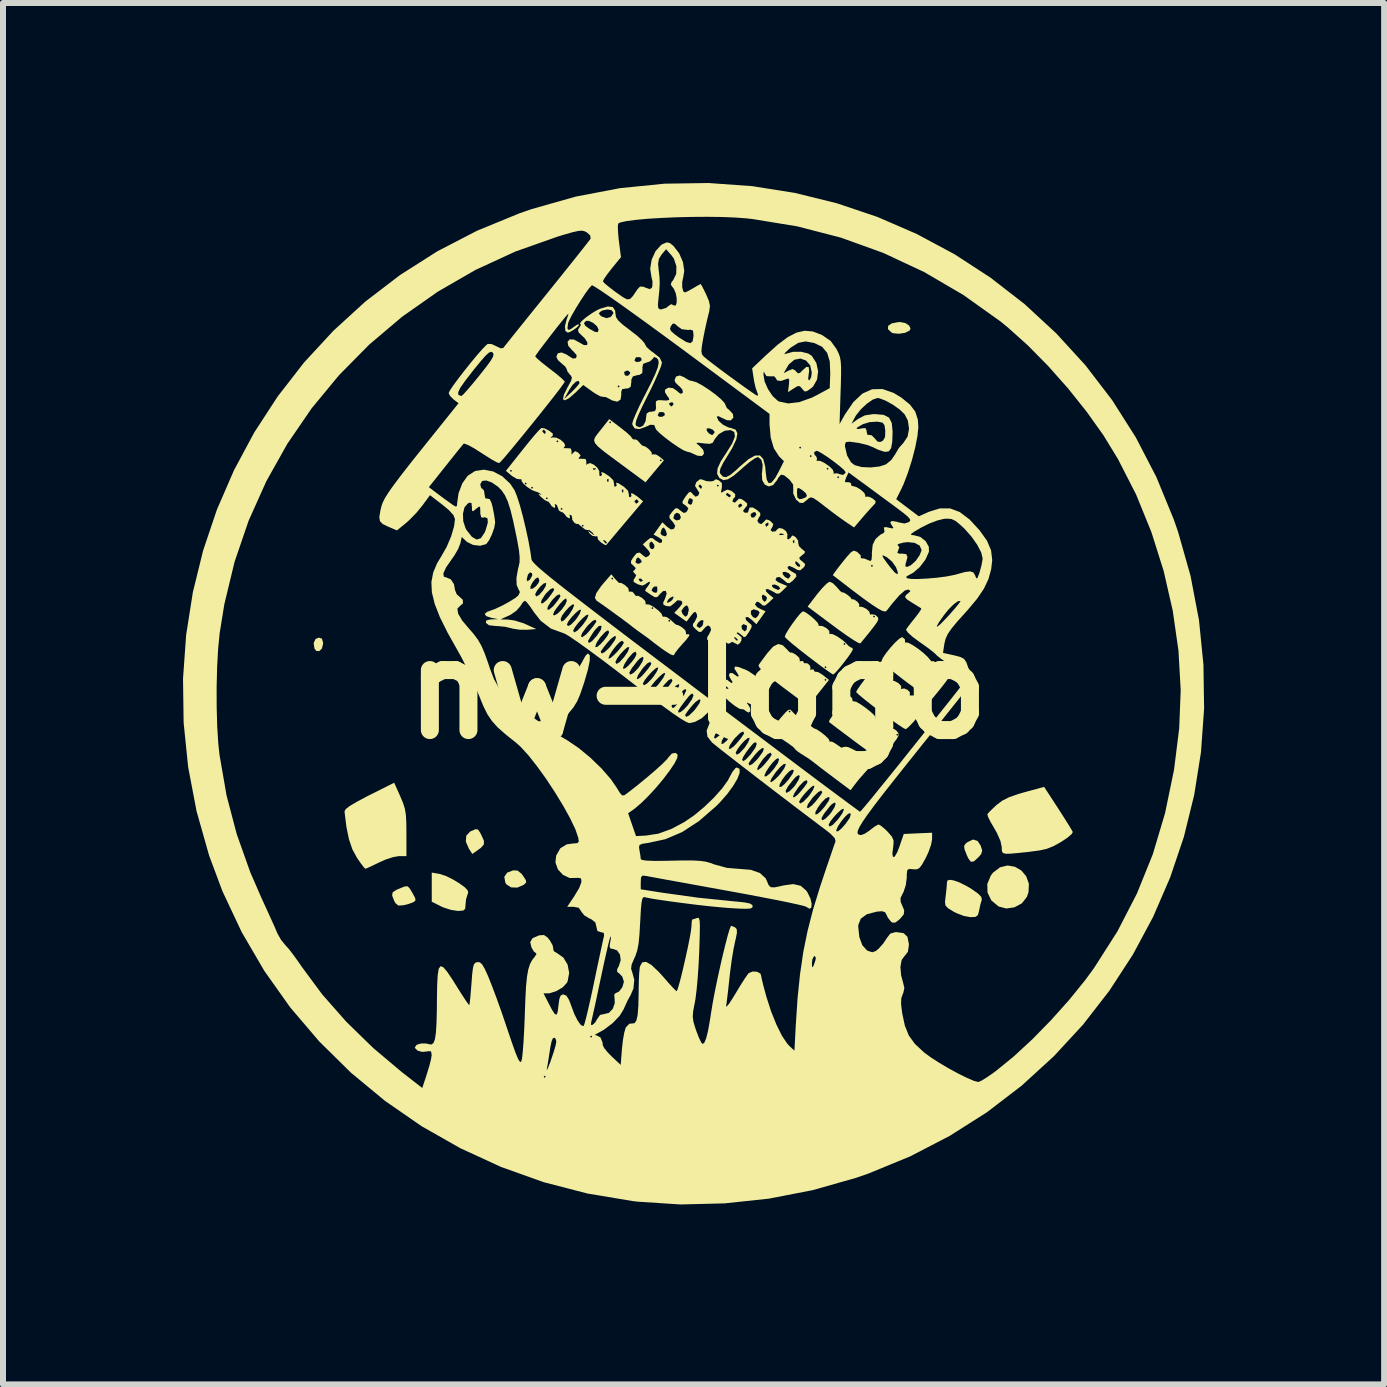
<source format=kicad_pcb>
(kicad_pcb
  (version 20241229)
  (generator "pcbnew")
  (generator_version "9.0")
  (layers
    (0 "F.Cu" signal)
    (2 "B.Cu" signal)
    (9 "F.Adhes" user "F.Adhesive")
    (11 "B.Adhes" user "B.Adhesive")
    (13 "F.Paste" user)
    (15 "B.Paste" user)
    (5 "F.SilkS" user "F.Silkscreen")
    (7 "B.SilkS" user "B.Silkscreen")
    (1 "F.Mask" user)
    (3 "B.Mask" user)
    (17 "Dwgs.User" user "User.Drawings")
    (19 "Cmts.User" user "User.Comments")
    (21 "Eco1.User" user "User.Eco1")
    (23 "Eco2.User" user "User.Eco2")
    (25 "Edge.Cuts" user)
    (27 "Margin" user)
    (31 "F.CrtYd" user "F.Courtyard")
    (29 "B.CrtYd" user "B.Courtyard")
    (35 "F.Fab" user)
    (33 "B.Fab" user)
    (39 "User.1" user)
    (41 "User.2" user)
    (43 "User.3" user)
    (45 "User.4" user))
  (footprint "nw-logo"
    (layer "F.Cu")
    (at 8.578 8.438)
    (property "Reference" "nw-logo" (at 0 0 0) (layer "F.SilkS") (effects (font (size 1.5 1.5) (thickness 0.3))))
    (attr board_only exclude_from_pos_files exclude_from_bom)
    (fp_poly (pts (xy -6.263 -0.845) (xy -6.245 -0.783) (xy -6.244 -0.757) (xy -6.264 -0.68) (xy -6.308 -0.637) (xy -6.358 -0.641) (xy -6.388 -0.681) (xy -6.401 -0.773) (xy -6.369 -0.84) (xy -6.314 -0.862)) (stroke (width 0) (type solid)) (fill yes) (layer "F.SilkS"))
    (fp_poly (pts (xy 3.461 -6.104) (xy 3.524 -6.061) (xy 3.546 -6.01) (xy 3.531 -5.98) (xy 3.456 -5.942) (xy 3.351 -5.926) (xy 3.255 -5.935) (xy 3.228 -5.947) (xy 3.169 -6.004) (xy 3.173 -6.058) (xy 3.233 -6.099) (xy 3.341 -6.12) (xy 3.376 -6.121)) (stroke (width 0) (type solid)) (fill yes) (layer "F.SilkS"))
    (fp_poly (pts (xy -3.663 2.335) (xy -3.628 2.386) (xy -3.607 2.426) (xy -3.564 2.522) (xy -3.564 2.584) (xy -3.612 2.639) (xy -3.655 2.671) (xy -3.757 2.743) (xy -3.813 2.657) (xy -3.865 2.538) (xy -3.858 2.439) (xy -3.793 2.369) (xy -3.78 2.363) (xy -3.704 2.331)) (stroke (width 0) (type solid)) (fill yes) (layer "F.SilkS"))
    (fp_poly (pts (xy -3.003 3.02) (xy -2.938 3.072) (xy -2.913 3.105) (xy -2.866 3.177) (xy -2.859 3.217) (xy -2.891 3.25) (xy -2.903 3.259) (xy -3.008 3.304) (xy -3.111 3.3) (xy -3.19 3.249) (xy -3.207 3.22) (xy -3.224 3.124) (xy -3.176 3.054) (xy -3.076 3.016)) (stroke (width 0) (type solid)) (fill yes) (layer "F.SilkS"))
    (fp_poly (pts (xy 4.663 2.526) (xy 4.715 2.605) (xy 4.74 2.685) (xy 4.724 2.743) (xy 4.678 2.798) (xy 4.603 2.866) (xy 4.552 2.874) (xy 4.508 2.817) (xy 4.484 2.763) (xy 4.446 2.667) (xy 4.438 2.612) (xy 4.46 2.575) (xy 4.494 2.547) (xy 4.588 2.502)) (stroke (width 0) (type solid)) (fill yes) (layer "F.SilkS"))
    (fp_poly (pts (xy -4.801 3.316) (xy -4.754 3.394) (xy -4.711 3.474) (xy -4.703 3.516) (xy -4.731 3.542) (xy -4.742 3.548) (xy -4.821 3.577) (xy -4.908 3.598) (xy -4.989 3.603) (xy -5.037 3.564) (xy -5.058 3.526) (xy -5.093 3.436) (xy -5.085 3.383) (xy -5.023 3.342) (xy -4.979 3.323) (xy -4.889 3.286) (xy -4.838 3.281)) (stroke (width 0) (type solid)) (fill yes) (layer "F.SilkS"))
    (fp_poly (pts (xy 5.285 2.956) (xy 5.393 3.019) (xy 5.474 3.116) (xy 5.518 3.239) (xy 5.512 3.38) (xy 5.485 3.458) (xy 5.402 3.565) (xy 5.279 3.632) (xy 5.142 3.652) (xy 5.013 3.618) (xy 4.892 3.517) (xy 4.829 3.387) (xy 4.825 3.243) (xy 4.884 3.102) (xy 4.922 3.053) (xy 5.038 2.965) (xy 5.163 2.935)) (stroke (width 0) (type solid)) (fill yes) (layer "F.SilkS"))
    (fp_poly (pts (xy -4.301 3.076) (xy -4.199 3.109) (xy -4.074 3.171) (xy -3.985 3.225) (xy -3.884 3.297) (xy -3.835 3.348) (xy -3.826 3.389) (xy -3.835 3.414) (xy -3.861 3.496) (xy -3.87 3.586) (xy -3.876 3.657) (xy -3.907 3.686) (xy -3.984 3.692) (xy -4.002 3.692) (xy -4.117 3.674) (xy -4.246 3.632) (xy -4.283 3.614) (xy -4.433 3.539) (xy -4.433 3.296) (xy -4.433 3.053)) (stroke (width 0) (type solid)) (fill yes) (layer "F.SilkS"))
    (fp_poly (pts (xy 4.266 3.184) (xy 4.357 3.216) (xy 4.476 3.275) (xy 4.568 3.33) (xy 4.675 3.406) (xy 4.727 3.462) (xy 4.733 3.508) (xy 4.732 3.511) (xy 4.709 3.588) (xy 4.689 3.685) (xy 4.669 3.761) (xy 4.629 3.792) (xy 4.544 3.796) (xy 4.542 3.796) (xy 4.434 3.776) (xy 4.309 3.728) (xy 4.261 3.703) (xy 4.171 3.647) (xy 4.128 3.602) (xy 4.12 3.541) (xy 4.13 3.455) (xy 4.143 3.343) (xy 4.151 3.25) (xy 4.151 3.229) (xy 4.161 3.184) (xy 4.205 3.174)) (stroke (width 0) (type solid)) (fill yes) (layer "F.SilkS"))
    (fp_poly (pts (xy -4.957 1.784) (xy -4.911 1.894) (xy -4.881 1.989) (xy -4.864 2.091) (xy -4.857 2.22) (xy -4.855 2.396) (xy -4.855 2.779) (xy -4.979 2.779) (xy -5.076 2.795) (xy -5.204 2.837) (xy -5.312 2.885) (xy -5.421 2.938) (xy -5.503 2.976) (xy -5.539 2.99) (xy -5.567 2.963) (xy -5.62 2.893) (xy -5.68 2.806) (xy -5.755 2.668) (xy -5.812 2.501) (xy -5.855 2.293) (xy -5.887 2.034) (xy -5.867 1.996) (xy -5.799 1.943) (xy -5.677 1.871) (xy -5.496 1.775) (xy -5.476 1.765) (xy -5.059 1.556)) (stroke (width 0) (type solid)) (fill yes) (layer "F.SilkS"))
    (fp_poly (pts (xy 6.004 1.981) (xy 6.095 2.123) (xy 6.172 2.245) (xy 6.226 2.334) (xy 6.25 2.378) (xy 6.23 2.413) (xy 6.162 2.471) (xy 6.061 2.539) (xy 6.049 2.546) (xy 5.928 2.613) (xy 5.818 2.657) (xy 5.692 2.685) (xy 5.525 2.707) (xy 5.511 2.709) (xy 5.328 2.728) (xy 5.203 2.739) (xy 5.126 2.739) (xy 5.085 2.726) (xy 5.069 2.699) (xy 5.066 2.655) (xy 5.066 2.63) (xy 5.044 2.526) (xy 4.984 2.39) (xy 4.94 2.313) (xy 4.878 2.207) (xy 4.837 2.124) (xy 4.826 2.082) (xy 4.826 2.081) (xy 4.857 2.044) (xy 4.924 1.978) (xy 4.978 1.928) (xy 5.073 1.856) (xy 5.187 1.798) (xy 5.34 1.744) (xy 5.445 1.714) (xy 5.772 1.625)) (stroke (width 0) (type solid)) (fill yes) (layer "F.SilkS"))
    (fp_poly (pts (xy -1.283 -4.358) (xy -1.186 -4.281) (xy -1.117 -4.217) (xy -1.091 -4.18) (xy -1.091 -4.18) (xy -1.069 -4.162) (xy -1.058 -4.167) (xy -1.015 -4.158) (xy -0.979 -4.121) (xy -0.936 -4.071) (xy -0.915 -4.059) (xy -0.869 -4.044) (xy -0.813 -4.001) (xy -0.771 -3.953) (xy -0.765 -3.923) (xy -0.767 -3.909) (xy -0.751 -3.917) (xy -0.697 -3.914) (xy -0.637 -3.878) (xy -0.564 -3.817) (xy -0.718 -3.634) (xy -0.871 -3.451) (xy -1.254 -3.734) (xy -1.366 -3.817) (xy -0.633 -3.817) (xy -0.616 -3.799) (xy -0.598 -3.817) (xy -0.616 -3.835) (xy -0.633 -3.817) (xy -1.366 -3.817) (xy -1.438 -3.87) (xy -1.573 -3.972) (xy -1.662 -4.046) (xy -1.712 -4.103) (xy -1.728 -4.15) (xy -1.714 -4.196) (xy -1.677 -4.25) (xy -1.622 -4.319) (xy -1.619 -4.322) (xy -1.518 -4.45) (xy -1.478 -4.45) (xy -1.46 -4.433) (xy -1.442 -4.45) (xy -1.46 -4.468) (xy -1.478 -4.45) (xy -1.518 -4.45) (xy -1.475 -4.504)) (stroke (width 0) (type solid)) (fill yes) (layer "F.SilkS"))
    (fp_poly (pts (xy 1.415 -0.736) (xy 1.483 -0.67) (xy 1.528 -0.621) (xy 1.548 -0.612) (xy 1.548 -0.613) (xy 1.573 -0.612) (xy 1.633 -0.579) (xy 1.636 -0.577) (xy 1.691 -0.526) (xy 1.701 -0.483) (xy 1.7 -0.483) (xy 1.7 -0.463) (xy 1.718 -0.472) (xy 1.755 -0.472) (xy 1.759 -0.457) (xy 1.779 -0.433) (xy 1.79 -0.437) (xy 1.834 -0.432) (xy 1.872 -0.391) (xy 1.879 -0.343) (xy 1.873 -0.334) (xy 1.872 -0.322) (xy 1.891 -0.331) (xy 1.929 -0.332) (xy 1.935 -0.317) (xy 1.953 -0.291) (xy 1.963 -0.295) (xy 2.007 -0.287) (xy 2.077 -0.244) (xy 2.089 -0.235) (xy 2.187 -0.157) (xy 2.013 0.061) (xy 1.839 0.279) (xy 1.412 -0.04) (xy 1.259 -0.158) (xy 2.111 -0.158) (xy 2.128 -0.141) (xy 2.146 -0.158) (xy 2.128 -0.176) (xy 2.111 -0.158) (xy 1.259 -0.158) (xy 1.229 -0.181) (xy 1.1 -0.29) (xy 1.027 -0.364) (xy 1.012 -0.401) (xy 1.046 -0.451) (xy 1.108 -0.535) (xy 1.161 -0.606) (xy 1.257 -0.713) (xy 1.339 -0.756)) (stroke (width 0) (type solid)) (fill yes) (layer "F.SilkS"))
    (fp_poly (pts (xy 2.251 -1.769) (xy 2.315 -1.706) (xy 2.323 -1.697) (xy 2.374 -1.638) (xy 2.403 -1.616) (xy 2.404 -1.618) (xy 2.433 -1.613) (xy 2.489 -1.579) (xy 2.544 -1.534) (xy 2.559 -1.51) (xy 2.564 -1.503) (xy 2.607 -1.497) (xy 2.659 -1.461) (xy 2.691 -1.42) (xy 2.69 -1.405) (xy 2.688 -1.378) (xy 2.697 -1.379) (xy 2.751 -1.371) (xy 2.814 -1.337) (xy 2.86 -1.294) (xy 2.866 -1.265) (xy 2.873 -1.246) (xy 2.895 -1.251) (xy 2.955 -1.243) (xy 2.988 -1.216) (xy 3.005 -1.193) (xy 3.008 -1.166) (xy 2.992 -1.127) (xy 2.951 -1.067) (xy 2.88 -0.975) (xy 2.772 -0.842) (xy 2.709 -0.765) (xy 2.675 -0.775) (xy 2.595 -0.822) (xy 2.48 -0.899) (xy 2.34 -0.999) (xy 2.259 -1.059) (xy 2.051 -1.214) (xy 2.92 -1.214) (xy 2.938 -1.196) (xy 2.955 -1.214) (xy 2.938 -1.231) (xy 2.92 -1.214) (xy 2.051 -1.214) (xy 1.831 -1.379) (xy 1.99 -1.587) (xy 2.074 -1.687) (xy 2.147 -1.761) (xy 2.195 -1.794) (xy 2.198 -1.794)) (stroke (width 0) (type solid)) (fill yes) (layer "F.SilkS"))
    (fp_poly (pts (xy 3.409 -0.87) (xy 3.452 -0.834) (xy 3.454 -0.807) (xy 3.456 -0.776) (xy 3.467 -0.782) (xy 3.507 -0.777) (xy 3.581 -0.738) (xy 3.673 -0.676) (xy 3.763 -0.605) (xy 3.835 -0.537) (xy 3.856 -0.511) (xy 3.893 -0.468) (xy 3.905 -0.468) (xy 3.93 -0.47) (xy 3.99 -0.438) (xy 3.993 -0.437) (xy 4.048 -0.386) (xy 4.058 -0.343) (xy 4.058 -0.343) (xy 4.057 -0.323) (xy 4.075 -0.331) (xy 4.112 -0.332) (xy 4.116 -0.317) (xy 4.137 -0.293) (xy 4.149 -0.298) (xy 4.194 -0.293) (xy 4.205 -0.28) (xy 4.208 -0.251) (xy 4.186 -0.202) (xy 4.133 -0.125) (xy 4.043 -0.009) (xy 3.966 0.085) (xy 3.881 0.187) (xy 3.805 0.111) (xy 3.746 0.058) (xy 3.711 0.036) (xy 3.711 0.036) (xy 3.673 0.017) (xy 3.596 -0.036) (xy 3.492 -0.112) (xy 3.376 -0.201) (xy 3.261 -0.291) (xy 3.161 -0.372) (xy 3.089 -0.434) (xy 3.061 -0.466) (xy 3.061 -0.466) (xy 3.082 -0.521) (xy 3.138 -0.604) (xy 3.213 -0.697) (xy 3.292 -0.784) (xy 3.362 -0.847) (xy 3.407 -0.87)) (stroke (width 0) (type solid)) (fill yes) (layer "F.SilkS"))
    (fp_poly (pts (xy 2.577 0.159) (xy 2.576 0.174) (xy 2.585 0.202) (xy 2.597 0.198) (xy 2.638 0.206) (xy 2.71 0.247) (xy 2.796 0.307) (xy 2.879 0.373) (xy 2.941 0.431) (xy 2.964 0.469) (xy 2.962 0.474) (xy 2.962 0.49) (xy 2.973 0.488) (xy 3.031 0.494) (xy 3.096 0.528) (xy 3.14 0.573) (xy 3.144 0.605) (xy 3.142 0.627) (xy 3.161 0.619) (xy 3.197 0.618) (xy 3.201 0.633) (xy 3.221 0.658) (xy 3.232 0.654) (xy 3.276 0.662) (xy 3.319 0.697) (xy 3.345 0.734) (xy 3.345 0.773) (xy 3.313 0.83) (xy 3.243 0.921) (xy 3.218 0.951) (xy 3.136 1.048) (xy 3.071 1.12) (xy 3.034 1.152) (xy 3.034 1.152) (xy 2.997 1.135) (xy 2.916 1.083) (xy 2.8 1.003) (xy 2.661 0.901) (xy 2.603 0.858) (xy 2.468 0.756) (xy 3.307 0.756) (xy 3.325 0.774) (xy 3.342 0.756) (xy 3.325 0.739) (xy 3.307 0.756) (xy 2.468 0.756) (xy 2.458 0.749) (xy 2.334 0.656) (xy 2.242 0.586) (xy 2.192 0.548) (xy 2.186 0.543) (xy 2.197 0.51) (xy 2.243 0.442) (xy 2.312 0.354) (xy 2.39 0.262) (xy 2.465 0.183) (xy 2.522 0.13) (xy 2.548 0.118)) (stroke (width 0) (type solid)) (fill yes) (layer "F.SilkS"))
    (fp_poly (pts (xy 1.802 -1.28) (xy 1.871 -1.23) (xy 1.942 -1.169) (xy 1.997 -1.112) (xy 2.015 -1.077) (xy 2.013 -1.075) (xy 2.012 -1.058) (xy 2.023 -1.06) (xy 2.081 -1.054) (xy 2.146 -1.02) (xy 2.191 -0.975) (xy 2.194 -0.943) (xy 2.192 -0.92) (xy 2.206 -0.926) (xy 2.251 -0.919) (xy 2.327 -0.88) (xy 2.41 -0.823) (xy 2.478 -0.763) (xy 2.5 -0.736) (xy 2.542 -0.702) (xy 2.554 -0.701) (xy 2.585 -0.677) (xy 2.586 -0.669) (xy 2.565 -0.627) (xy 2.514 -0.551) (xy 2.444 -0.458) (xy 2.37 -0.365) (xy 2.305 -0.29) (xy 2.262 -0.25) (xy 2.255 -0.248) (xy 2.221 -0.268) (xy 2.142 -0.324) (xy 2.08 -0.369) (xy 2.111 -0.369) (xy 2.128 -0.352) (xy 2.146 -0.369) (xy 2.128 -0.387) (xy 2.111 -0.369) (xy 2.08 -0.369) (xy 2.028 -0.407) (xy 1.892 -0.51) (xy 1.848 -0.543) (xy 1.707 -0.653) (xy 1.587 -0.75) (xy 1.579 -0.756) (xy 2.427 -0.756) (xy 2.445 -0.739) (xy 2.463 -0.756) (xy 2.445 -0.774) (xy 2.427 -0.756) (xy 1.579 -0.756) (xy 1.499 -0.825) (xy 1.454 -0.869) (xy 1.45 -0.874) (xy 1.464 -0.917) (xy 1.51 -0.995) (xy 1.574 -1.09) (xy 1.644 -1.185) (xy 1.706 -1.261) (xy 1.749 -1.299) (xy 1.754 -1.301)) (stroke (width 0) (type solid)) (fill yes) (layer "F.SilkS"))
    (fp_poly (pts (xy 0.686 -0.371) (xy 0.693 -0.368) (xy 0.754 -0.343) (xy 0.774 -0.337) (xy 0.839 -0.307) (xy 0.93 -0.247) (xy 1.022 -0.173) (xy 1.091 -0.106) (xy 1.105 -0.089) (xy 1.151 -0.008) (xy 1.149 0.027) (xy 1.096 0.026) (xy 1.064 0.019) (xy 1.001 0.008) (xy 0.996 0.023) (xy 1.011 0.04) (xy 1.052 0.101) (xy 1.037 0.133) (xy 0.985 0.131) (xy 0.928 0.131) (xy 0.916 0.156) (xy 0.956 0.184) (xy 0.979 0.219) (xy 0.972 0.24) (xy 0.933 0.264) (xy 0.869 0.242) (xy 0.818 0.219) (xy 0.821 0.233) (xy 0.836 0.249) (xy 0.872 0.311) (xy 0.875 0.366) (xy 0.846 0.387) (xy 0.799 0.361) (xy 0.791 0.351) (xy 0.752 0.329) (xy 0.741 0.333) (xy 0.697 0.324) (xy 0.62 0.277) (xy 0.529 0.205) (xy 0.44 0.122) (xy 0.382 0.056) (xy 0.302 -0.047) (xy 0.423 -0.023) (xy 0.499 -0.009) (xy 0.514 -0.016) (xy 0.478 -0.047) (xy 0.474 -0.05) (xy 0.429 -0.098) (xy 0.444 -0.141) (xy 0.445 -0.141) (xy 0.488 -0.163) (xy 0.508 -0.144) (xy 0.557 -0.108) (xy 0.57 -0.106) (xy 0.579 -0.127) (xy 0.548 -0.172) (xy 0.519 -0.232) (xy 0.534 -0.272) (xy 0.578 -0.272) (xy 0.608 -0.25) (xy 0.663 -0.212) (xy 0.685 -0.223) (xy 0.657 -0.274) (xy 0.651 -0.282) (xy 0.609 -0.348) (xy 0.622 -0.381)) (stroke (width 0) (type solid)) (fill yes) (layer "F.SilkS"))
    (fp_poly (pts (xy 3.004 -0.345) (xy 3.045 -0.302) (xy 3.061 -0.295) (xy 3.106 -0.28) (xy 3.162 -0.238) (xy 3.204 -0.19) (xy 3.21 -0.161) (xy 3.208 -0.143) (xy 3.219 -0.145) (xy 3.279 -0.139) (xy 3.344 -0.104) (xy 3.388 -0.057) (xy 3.39 -0.025) (xy 3.383 -0.001) (xy 3.394 -0.008) (xy 3.441 -0.015) (xy 3.497 0.009) (xy 3.535 0.048) (xy 3.534 0.073) (xy 3.533 0.102) (xy 3.542 0.102) (xy 3.615 0.102) (xy 3.645 0.126) (xy 3.641 0.142) (xy 3.638 0.17) (xy 3.647 0.169) (xy 3.697 0.178) (xy 3.756 0.205) (xy 3.794 0.229) (xy 3.807 0.256) (xy 3.789 0.299) (xy 3.735 0.372) (xy 3.668 0.456) (xy 3.583 0.556) (xy 3.512 0.629) (xy 3.469 0.663) (xy 3.465 0.664) (xy 3.426 0.644) (xy 3.342 0.589) (xy 3.224 0.506) (xy 3.084 0.404) (xy 3.034 0.366) (xy 2.901 0.264) (xy 3.764 0.264) (xy 3.782 0.281) (xy 3.799 0.264) (xy 3.782 0.246) (xy 3.764 0.264) (xy 2.901 0.264) (xy 2.892 0.257) (xy 2.772 0.162) (xy 2.686 0.09) (xy 2.642 0.048) (xy 2.639 0.043) (xy 2.659 0.005) (xy 2.712 -0.072) (xy 2.788 -0.173) (xy 2.802 -0.19) (xy 2.888 -0.296) (xy 2.927 -0.334) (xy 2.955 -0.334) (xy 2.973 -0.317) (xy 2.99 -0.334) (xy 2.973 -0.352) (xy 2.955 -0.334) (xy 2.927 -0.334) (xy 2.944 -0.351) (xy 2.98 -0.364)) (stroke (width 0) (type solid)) (fill yes) (layer "F.SilkS"))
    (fp_poly (pts (xy 1.572 0.365) (xy 1.585 0.381) (xy 1.634 0.43) (xy 1.66 0.439) (xy 1.693 0.451) (xy 1.758 0.5) (xy 1.8 0.537) (xy 1.876 0.604) (xy 1.929 0.645) (xy 1.941 0.651) (xy 1.988 0.67) (xy 2.057 0.717) (xy 2.128 0.774) (xy 2.18 0.826) (xy 2.193 0.853) (xy 2.199 0.873) (xy 2.208 0.872) (xy 2.224 0.869) (xy 2.246 0.876) (xy 2.285 0.898) (xy 2.35 0.942) (xy 2.451 1.013) (xy 2.596 1.118) (xy 2.634 1.145) (xy 2.857 1.307) (xy 2.772 1.401) (xy 2.689 1.496) (xy 2.616 1.588) (xy 2.546 1.681) (xy 2.267 1.472) (xy 2.14 1.376) (xy 2.027 1.29) (xy 1.946 1.227) (xy 1.92 1.207) (xy 1.844 1.151) (xy 1.831 1.143) (xy 2.568 1.143) (xy 2.586 1.161) (xy 2.603 1.143) (xy 2.586 1.126) (xy 2.568 1.143) (xy 1.831 1.143) (xy 1.747 1.089) (xy 1.736 1.083) (xy 1.721 1.073) (xy 2.463 1.073) (xy 2.48 1.091) (xy 2.498 1.073) (xy 2.48 1.055) (xy 2.463 1.073) (xy 1.721 1.073) (xy 1.661 1.033) (xy 1.62 0.996) (xy 1.618 0.99) (xy 1.591 0.961) (xy 1.519 0.907) (xy 1.425 0.844) (xy 1.326 0.776) (xy 1.256 0.719) (xy 1.232 0.686) (xy 1.253 0.643) (xy 1.298 0.58) (xy 1.794 0.58) (xy 1.812 0.598) (xy 1.829 0.58) (xy 1.812 0.563) (xy 1.794 0.58) (xy 1.298 0.58) (xy 1.309 0.565) (xy 1.379 0.479) (xy 1.459 0.388) (xy 1.479 0.369) (xy 1.513 0.369) (xy 1.53 0.387) (xy 1.548 0.369) (xy 1.53 0.352) (xy 1.513 0.369) (xy 1.479 0.369) (xy 1.508 0.343) (xy 1.541 0.337)) (stroke (width 0) (type solid)) (fill yes) (layer "F.SilkS"))
    (fp_poly (pts (xy -1.371 -1.834) (xy -1.323 -1.783) (xy -1.302 -1.772) (xy -1.302 -1.774) (xy -1.277 -1.773) (xy -1.216 -1.74) (xy -1.214 -1.738) (xy -1.159 -1.687) (xy -1.149 -1.644) (xy -1.149 -1.644) (xy -1.149 -1.624) (xy -1.133 -1.631) (xy -1.088 -1.625) (xy -1.059 -1.593) (xy -1.03 -1.554) (xy -1.021 -1.558) (xy -0.996 -1.56) (xy -0.935 -1.529) (xy -0.933 -1.527) (xy -0.877 -1.476) (xy -0.868 -1.433) (xy -0.868 -1.433) (xy -0.868 -1.412) (xy -0.855 -1.418) (xy -0.808 -1.413) (xy -0.734 -1.373) (xy -0.659 -1.317) (xy -0.604 -1.261) (xy -0.59 -1.226) (xy -0.578 -1.207) (xy -0.564 -1.213) (xy -0.518 -1.205) (xy -0.452 -1.158) (xy -0.44 -1.147) (xy -0.382 -1.093) (xy -0.353 -1.074) (xy -0.352 -1.075) (xy -0.327 -1.071) (xy -0.266 -1.036) (xy -0.264 -1.035) (xy -0.208 -0.985) (xy -0.196 -0.945) (xy -0.196 -0.945) (xy -0.196 -0.918) (xy -0.187 -0.918) (xy -0.143 -0.918) (xy -0.143 -0.892) (xy -0.188 -0.831) (xy -0.247 -0.765) (xy -0.322 -0.68) (xy -0.373 -0.615) (xy -0.387 -0.589) (xy -0.403 -0.566) (xy -0.456 -0.584) (xy -0.553 -0.646) (xy -0.563 -0.653) (xy -0.653 -0.718) (xy -0.726 -0.773) (xy -0.739 -0.783) (xy -0.801 -0.832) (xy -0.889 -0.897) (xy -0.915 -0.915) (xy -1.005 -0.98) (xy -1.078 -1.034) (xy -1.091 -1.045) (xy -1.155 -1.095) (xy -1.22 -1.143) (xy -0.493 -1.143) (xy -0.475 -1.126) (xy -0.457 -1.143) (xy -0.475 -1.161) (xy -0.493 -1.143) (xy -1.22 -1.143) (xy -1.254 -1.169) (xy -1.371 -1.254) (xy -1.489 -1.34) (xy -1.509 -1.354) (xy -0.774 -1.354) (xy -0.756 -1.337) (xy -0.739 -1.354) (xy -0.756 -1.372) (xy -0.774 -1.354) (xy -1.509 -1.354) (xy -1.592 -1.413) (xy -1.664 -1.463) (xy -1.684 -1.475) (xy -1.715 -1.524) (xy -1.69 -1.605) (xy -1.609 -1.722) (xy -1.563 -1.777) (xy -1.502 -1.847) (xy -1.442 -1.847) (xy -1.425 -1.829) (xy -1.407 -1.847) (xy -1.425 -1.865) (xy -1.442 -1.847) (xy -1.502 -1.847) (xy -1.441 -1.917)) (stroke (width 0) (type solid)) (fill yes) (layer "F.SilkS"))
    (fp_poly (pts (xy -2.55 -4.348) (xy -2.474 -4.309) (xy -2.416 -4.262) (xy -2.415 -4.23) (xy -2.432 -4.214) (xy -2.458 -4.191) (xy -2.423 -4.198) (xy -2.421 -4.199) (xy -2.359 -4.195) (xy -2.29 -4.162) (xy -2.234 -4.114) (xy -2.209 -4.067) (xy -2.222 -4.041) (xy -2.237 -4.02) (xy -2.185 -4.019) (xy -2.181 -4.019) (xy -2.117 -4.015) (xy -2.102 -3.973) (xy -2.103 -3.958) (xy -2.105 -3.913) (xy -2.084 -3.931) (xy -2.08 -3.938) (xy -2.044 -3.97) (xy -1.996 -3.947) (xy -1.989 -3.941) (xy -1.952 -3.898) (xy -1.976 -3.865) (xy -1.977 -3.864) (xy -1.989 -3.844) (xy -1.935 -3.843) (xy -1.87 -3.839) (xy -1.856 -3.797) (xy -1.857 -3.782) (xy -1.857 -3.739) (xy -1.837 -3.757) (xy -1.793 -3.771) (xy -1.731 -3.744) (xy -1.673 -3.693) (xy -1.64 -3.635) (xy -1.641 -3.605) (xy -1.638 -3.56) (xy -1.62 -3.553) (xy -1.595 -3.575) (xy -1.601 -3.588) (xy -1.608 -3.621) (xy -1.567 -3.61) (xy -1.483 -3.557) (xy -1.476 -3.552) (xy -1.408 -3.486) (xy -1.395 -3.429) (xy -1.392 -3.384) (xy -1.374 -3.377) (xy -1.349 -3.399) (xy -1.354 -3.412) (xy -1.362 -3.445) (xy -1.321 -3.434) (xy -1.237 -3.381) (xy -1.23 -3.376) (xy -1.162 -3.31) (xy -1.149 -3.253) (xy -1.145 -3.209) (xy -1.127 -3.201) (xy -1.103 -3.223) (xy -1.108 -3.237) (xy -1.115 -3.268) (xy -1.079 -3.261) (xy -1.013 -3.219) (xy -0.992 -3.202) (xy -0.911 -3.134) (xy -1.217 -2.772) (xy -1.329 -2.639) (xy -1.424 -2.526) (xy -1.492 -2.445) (xy -1.526 -2.404) (xy -1.528 -2.402) (xy -1.558 -2.413) (xy -1.612 -2.448) (xy -1.652 -2.488) (xy -1.577 -2.488) (xy -1.569 -2.468) (xy -1.533 -2.43) (xy -1.513 -2.438) (xy -1.513 -2.443) (xy -1.538 -2.473) (xy -1.553 -2.484) (xy -1.577 -2.488) (xy -1.652 -2.488) (xy -1.663 -2.498) (xy -1.67 -2.535) (xy -1.677 -2.554) (xy -1.699 -2.549) (xy -1.756 -2.558) (xy -1.797 -2.593) (xy -1.829 -2.635) (xy -1.813 -2.63) (xy -1.777 -2.603) (xy -1.729 -2.569) (xy -1.731 -2.581) (xy -1.754 -2.612) (xy -1.804 -2.653) (xy -1.832 -2.654) (xy -1.875 -2.663) (xy -1.934 -2.708) (xy -1.955 -2.726) (xy -1.935 -2.726) (xy -1.917 -2.709) (xy -1.9 -2.726) (xy -1.917 -2.744) (xy -1.935 -2.726) (xy -1.955 -2.726) (xy -1.984 -2.752) (xy -2.005 -2.757) (xy -2.005 -2.757) (xy -2.027 -2.758) (xy -2.058 -2.779) (xy -2.093 -2.827) (xy -2.092 -2.851) (xy -2.1 -2.892) (xy -2.116 -2.905) (xy -2.14 -2.91) (xy -2.132 -2.89) (xy -2.13 -2.854) (xy -2.145 -2.85) (xy -2.19 -2.878) (xy -2.204 -2.902) (xy -2.248 -2.949) (xy -2.273 -2.955) (xy -2.317 -2.983) (xy -2.322 -3.006) (xy -2.323 -3.008) (xy -2.287 -3.008) (xy -2.269 -2.99) (xy -2.252 -3.008) (xy -2.269 -3.025) (xy -2.287 -3.008) (xy -2.323 -3.008) (xy -2.347 -3.068) (xy -2.362 -3.082) (xy -2.387 -3.086) (xy -2.378 -3.066) (xy -2.377 -3.03) (xy -2.391 -3.025) (xy -2.436 -3.054) (xy -2.45 -3.078) (xy -2.485 -3.125) (xy -2.503 -3.131) (xy -1.055 -3.131) (xy -1.029 -3.097) (xy -1.02 -3.096) (xy -0.986 -3.123) (xy -0.985 -3.131) (xy -1.012 -3.165) (xy -1.02 -3.166) (xy -1.054 -3.139) (xy -1.055 -3.131) (xy -2.503 -3.131) (xy -2.549 -3.153) (xy -2.586 -3.184) (xy -2.533 -3.184) (xy -2.515 -3.166) (xy -2.498 -3.184) (xy -2.515 -3.201) (xy -2.533 -3.184) (xy -2.586 -3.184) (xy -2.614 -3.207) (xy -2.652 -3.25) (xy -2.644 -3.257) (xy -2.639 -3.254) (xy -2.607 -3.243) (xy -2.613 -3.255) (xy -2.671 -3.288) (xy -2.691 -3.293) (xy -2.728 -3.307) (xy -1.266 -3.307) (xy -1.254 -3.278) (xy -1.243 -3.283) (xy -1.239 -3.325) (xy -1.243 -3.33) (xy -1.264 -3.326) (xy -1.266 -3.307) (xy -2.728 -3.307) (xy -2.758 -3.318) (xy -2.823 -3.36) (xy -2.779 -3.36) (xy -2.762 -3.342) (xy -2.744 -3.36) (xy -2.762 -3.377) (xy -2.779 -3.36) (xy -2.823 -3.36) (xy -2.835 -3.367) (xy -2.901 -3.423) (xy -2.906 -3.43) (xy -2.885 -3.43) (xy -2.867 -3.412) (xy -2.85 -3.43) (xy -2.867 -3.448) (xy -2.885 -3.43) (xy -2.906 -3.43) (xy -2.936 -3.471) (xy -2.936 -3.483) (xy -1.513 -3.483) (xy -1.5 -3.454) (xy -1.489 -3.459) (xy -1.485 -3.501) (xy -1.489 -3.506) (xy -1.51 -3.501) (xy -1.513 -3.483) (xy -2.936 -3.483) (xy -2.936 -3.485) (xy -2.943 -3.504) (xy -2.962 -3.5) (xy -3.018 -3.509) (xy -3.093 -3.554) (xy -3.103 -3.562) (xy -3.197 -3.641) (xy -3.131 -3.641) (xy -3.113 -3.624) (xy -3.096 -3.641) (xy -3.113 -3.659) (xy -3.131 -3.641) (xy -3.197 -3.641) (xy -3.165 -3.682) (xy -1.747 -3.682) (xy -1.742 -3.661) (xy -1.724 -3.659) (xy -1.695 -3.672) (xy -1.7 -3.682) (xy -1.742 -3.686) (xy -1.747 -3.682) (xy -3.165 -3.682) (xy -2.919 -3.992) (xy -2.811 -4.126) (xy -2.805 -4.134) (xy -2.357 -4.134) (xy -2.339 -4.116) (xy -2.322 -4.134) (xy -2.339 -4.151) (xy -2.357 -4.134) (xy -2.805 -4.134) (xy -2.717 -4.239) (xy -2.657 -4.306) (xy -2.591 -4.306) (xy -2.586 -4.292) (xy -2.554 -4.258) (xy -2.548 -4.257) (xy -2.533 -4.284) (xy -2.533 -4.292) (xy -2.56 -4.326) (xy -2.57 -4.327) (xy -2.591 -4.306) (xy -2.657 -4.306) (xy -2.645 -4.319) (xy -2.606 -4.355) (xy -2.604 -4.356)) (stroke (width 0) (type solid)) (fill yes) (layer "F.SilkS"))
    (fp_poly (pts (xy 0.077 -3.495) (xy 0.142 -3.471) (xy 0.217 -3.465) (xy 0.271 -3.476) (xy 0.281 -3.491) (xy 0.307 -3.5) (xy 0.352 -3.483) (xy 0.402 -3.437) (xy 0.402 -3.363) (xy 0.399 -3.349) (xy 0.387 -3.286) (xy 0.403 -3.279) (xy 0.432 -3.301) (xy 0.497 -3.329) (xy 0.561 -3.308) (xy 0.624 -3.255) (xy 0.622 -3.205) (xy 0.597 -3.183) (xy 0.579 -3.139) (xy 0.585 -3.123) (xy 0.62 -3.112) (xy 0.65 -3.142) (xy 0.687 -3.179) (xy 0.73 -3.17) (xy 0.77 -3.144) (xy 0.823 -3.099) (xy 0.821 -3.061) (xy 0.792 -3.026) (xy 0.755 -2.977) (xy 0.769 -2.952) (xy 0.79 -2.943) (xy 0.837 -2.947) (xy 0.844 -2.972) (xy 0.863 -3.03) (xy 0.919 -3.03) (xy 0.984 -2.991) (xy 1.04 -2.94) (xy 1.043 -2.899) (xy 1.022 -2.869) (xy 0.993 -2.811) (xy 1.015 -2.771) (xy 1.058 -2.753) (xy 1.1 -2.791) (xy 1.141 -2.832) (xy 1.188 -2.819) (xy 1.213 -2.802) (xy 1.258 -2.755) (xy 1.246 -2.709) (xy 1.238 -2.699) (xy 1.213 -2.653) (xy 1.245 -2.627) (xy 1.3 -2.636) (xy 1.315 -2.658) (xy 1.355 -2.689) (xy 1.414 -2.678) (xy 1.469 -2.639) (xy 1.496 -2.584) (xy 1.493 -2.562) (xy 1.491 -2.51) (xy 1.507 -2.498) (xy 1.549 -2.526) (xy 1.557 -2.542) (xy 1.581 -2.566) (xy 1.631 -2.537) (xy 1.632 -2.536) (xy 1.673 -2.478) (xy 1.674 -2.44) (xy 1.686 -2.388) (xy 1.733 -2.341) (xy 1.785 -2.299) (xy 1.781 -2.27) (xy 1.74 -2.237) (xy 1.692 -2.196) (xy 1.701 -2.165) (xy 1.741 -2.133) (xy 1.789 -2.089) (xy 1.781 -2.051) (xy 1.754 -2.022) (xy 1.708 -1.984) (xy 1.663 -1.989) (xy 1.608 -2.021) (xy 1.531 -2.056) (xy 1.496 -2.043) (xy 1.507 -2.004) (xy 1.564 -1.965) (xy 1.636 -1.923) (xy 1.644 -1.881) (xy 1.592 -1.82) (xy 1.583 -1.811) (xy 1.53 -1.77) (xy 1.489 -1.774) (xy 1.431 -1.823) (xy 1.366 -1.872) (xy 1.321 -1.868) (xy 1.309 -1.858) (xy 1.295 -1.823) (xy 1.337 -1.788) (xy 1.379 -1.769) (xy 1.491 -1.722) (xy 1.416 -1.647) (xy 1.36 -1.598) (xy 1.314 -1.595) (xy 1.248 -1.633) (xy 1.17 -1.671) (xy 1.131 -1.667) (xy 1.141 -1.629) (xy 1.186 -1.585) (xy 1.263 -1.522) (xy 1.182 -1.446) (xy 1.122 -1.397) (xy 1.084 -1.397) (xy 1.057 -1.423) (xy 1.007 -1.459) (xy 0.981 -1.458) (xy 0.952 -1.415) (xy 0.992 -1.368) (xy 1.04 -1.342) (xy 1.13 -1.301) (xy 1.054 -1.194) (xy 0.977 -1.086) (xy 0.897 -1.161) (xy 0.833 -1.206) (xy 0.795 -1.201) (xy 0.795 -1.201) (xy 0.803 -1.157) (xy 0.846 -1.115) (xy 0.892 -1.078) (xy 0.899 -1.042) (xy 0.868 -0.98) (xy 0.851 -0.953) (xy 0.804 -0.884) (xy 0.771 -0.869) (xy 0.74 -0.896) (xy 0.684 -0.941) (xy 0.655 -0.949) (xy 0.648 -0.934) (xy 0.677 -0.912) (xy 0.731 -0.867) (xy 0.726 -0.812) (xy 0.706 -0.776) (xy 0.669 -0.744) (xy 0.621 -0.769) (xy 0.57 -0.793) (xy 0.545 -0.773) (xy 0.506 -0.76) (xy 0.451 -0.797) (xy 0.398 -0.839) (xy 0.368 -0.832) (xy 0.347 -0.8) (xy 0.307 -0.749) (xy 0.258 -0.751) (xy 0.199 -0.79) (xy 0.156 -0.832) (xy 0.159 -0.863) (xy 0.229 -0.863) (xy 0.232 -0.839) (xy 0.272 -0.829) (xy 0.302 -0.847) (xy 0.317 -0.869) (xy 0.604 -0.869) (xy 0.612 -0.85) (xy 0.648 -0.812) (xy 0.668 -0.82) (xy 0.668 -0.825) (xy 0.643 -0.854) (xy 0.628 -0.865) (xy 0.604 -0.869) (xy 0.317 -0.869) (xy 0.334 -0.896) (xy 0.331 -0.92) (xy 0.291 -0.93) (xy 0.261 -0.912) (xy 0.229 -0.863) (xy 0.159 -0.863) (xy 0.161 -0.876) (xy 0.189 -0.919) (xy 0.223 -0.993) (xy 0.206 -1.044) (xy 0.18 -1.06) (xy 0.729 -1.06) (xy 0.735 -1.008) (xy 0.743 -0.998) (xy 0.783 -0.966) (xy 0.813 -0.992) (xy 0.821 -1.049) (xy 0.811 -1.068) (xy 0.761 -1.087) (xy 0.729 -1.06) (xy 0.18 -1.06) (xy 0.17 -1.066) (xy 0.125 -1.034) (xy 0.105 -1.011) (xy 0.057 -0.958) (xy 0.019 -0.958) (xy -0.032 -1) (xy -0.081 -1.052) (xy -0.08 -1.069) (xy -0.018 -1.069) (xy -0.015 -1.051) (xy 0.03 -1.021) (xy 0.074 -1.055) (xy 0.085 -1.078) (xy 0.095 -1.136) (xy 0.09 -1.153) (xy 0.053 -1.151) (xy 0.008 -1.114) (xy -0.018 -1.069) (xy -0.08 -1.069) (xy -0.079 -1.092) (xy -0.049 -1.13) (xy -0.011 -1.211) (xy -0.016 -1.254) (xy 0.886 -1.254) (xy 0.92 -1.204) (xy 0.964 -1.186) (xy 1.005 -1.224) (xy 1.031 -1.279) (xy 1.008 -1.31) (xy 0.932 -1.335) (xy 0.886 -1.31) (xy 0.886 -1.254) (xy -0.016 -1.254) (xy -0.017 -1.256) (xy -0.039 -1.292) (xy -0.068 -1.28) (xy -0.115 -1.224) (xy -0.187 -1.129) (xy -0.289 -1.202) (xy -0.392 -1.275) (xy -0.359 -1.309) (xy -0.273 -1.309) (xy -0.255 -1.26) (xy -0.246 -1.248) (xy -0.206 -1.21) (xy -0.178 -1.229) (xy -0.167 -1.249) (xy -0.15 -1.327) (xy -0.157 -1.363) (xy -0.179 -1.401) (xy -0.211 -1.386) (xy -0.236 -1.362) (xy -0.273 -1.309) (xy -0.359 -1.309) (xy -0.311 -1.36) (xy -0.261 -1.422) (xy -0.259 -1.459) (xy -0.282 -1.478) (xy -0.338 -1.485) (xy -0.39 -1.437) (xy -0.457 -1.384) (xy -0.522 -1.388) (xy -0.571 -1.41) (xy -0.576 -1.445) (xy -0.573 -1.453) (xy -0.514 -1.453) (xy -0.501 -1.442) (xy -0.451 -1.467) (xy -0.422 -1.495) (xy -0.401 -1.538) (xy -0.414 -1.548) (xy -0.463 -1.524) (xy -0.493 -1.495) (xy -0.514 -1.453) (xy -0.573 -1.453) (xy -0.545 -1.513) (xy -0.533 -1.55) (xy 1.066 -1.55) (xy 1.077 -1.498) (xy 1.108 -1.46) (xy 1.137 -1.475) (xy 1.154 -1.524) (xy 1.133 -1.554) (xy 1.085 -1.581) (xy 1.066 -1.55) (xy -0.533 -1.55) (xy -0.518 -1.597) (xy -0.534 -1.642) (xy -0.579 -1.637) (xy -0.63 -1.588) (xy -0.675 -1.538) (xy -0.716 -1.536) (xy -0.774 -1.571) (xy -0.841 -1.617) (xy -0.876 -1.642) (xy -0.874 -1.65) (xy -0.771 -1.65) (xy -0.738 -1.618) (xy -0.691 -1.608) (xy -0.674 -1.64) (xy -0.675 -1.7) (xy -0.683 -1.715) (xy -0.722 -1.713) (xy -0.748 -1.694) (xy -0.771 -1.65) (xy -0.874 -1.65) (xy -0.867 -1.672) (xy -0.827 -1.724) (xy -0.817 -1.74) (xy 1.236 -1.74) (xy 1.243 -1.708) (xy 1.268 -1.687) (xy 1.34 -1.656) (xy 1.371 -1.675) (xy 1.372 -1.685) (xy 1.344 -1.722) (xy 1.285 -1.747) (xy 1.237 -1.741) (xy 1.236 -1.74) (xy -0.817 -1.74) (xy -0.793 -1.778) (xy -0.809 -1.794) (xy -0.861 -1.763) (xy -0.872 -1.753) (xy -0.921 -1.729) (xy -0.997 -1.75) (xy -1.005 -1.754) (xy -1.067 -1.79) (xy -1.07 -1.826) (xy -1.066 -1.831) (xy -0.985 -1.831) (xy -0.96 -1.796) (xy -0.95 -1.794) (xy -0.916 -1.806) (xy -0.915 -1.81) (xy -0.939 -1.84) (xy -0.95 -1.847) (xy -0.982 -1.844) (xy -0.985 -1.831) (xy -1.066 -1.831) (xy -1.052 -1.851) (xy -1.025 -1.9) (xy -1.052 -1.933) (xy -1.053 -1.933) (xy -1.071 -1.954) (xy 1.415 -1.954) (xy 1.417 -1.917) (xy 1.454 -1.872) (xy 1.499 -1.847) (xy 1.517 -1.849) (xy 1.547 -1.892) (xy 1.548 -1.898) (xy 1.52 -1.933) (xy 1.462 -1.958) (xy 1.416 -1.955) (xy 1.415 -1.954) (xy -1.071 -1.954) (xy -1.08 -1.964) (xy -1.054 -1.989) (xy -1.033 -2.02) (xy -1.073 -2.062) (xy -1.113 -2.1) (xy -1.112 -2.116) (xy -1.038 -2.116) (xy -1 -2.092) (xy -0.996 -2.093) (xy 1.627 -2.093) (xy 1.662 -2.052) (xy 1.695 -2.04) (xy 1.709 -2.061) (xy 1.688 -2.094) (xy 1.645 -2.131) (xy 1.627 -2.132) (xy 1.627 -2.093) (xy -0.996 -2.093) (xy -0.965 -2.099) (xy -0.932 -2.127) (xy -0.955 -2.169) (xy -0.995 -2.2) (xy -1.024 -2.176) (xy -1.038 -2.116) (xy -1.112 -2.116) (xy -1.111 -2.141) (xy -1.077 -2.197) (xy -1.018 -2.27) (xy -0.967 -2.279) (xy -0.914 -2.233) (xy -0.866 -2.2) (xy -0.821 -2.221) (xy -0.793 -2.259) (xy -0.814 -2.305) (xy -0.844 -2.339) (xy -0.884 -2.382) (xy -0.805 -2.382) (xy -0.787 -2.346) (xy -0.746 -2.336) (xy -0.722 -2.371) (xy -0.726 -2.411) (xy -0.761 -2.457) (xy -0.778 -2.463) (xy -0.805 -2.436) (xy -0.805 -2.382) (xy -0.884 -2.382) (xy -0.916 -2.416) (xy -0.845 -2.48) (xy -0.789 -2.523) (xy -0.748 -2.517) (xy -0.703 -2.479) (xy -0.633 -2.438) (xy -0.597 -2.45) (xy -0.596 -2.463) (xy 1.583 -2.463) (xy 1.596 -2.434) (xy 1.607 -2.439) (xy 1.611 -2.481) (xy 1.607 -2.486) (xy 1.586 -2.481) (xy 1.583 -2.463) (xy -0.596 -2.463) (xy -0.594 -2.491) (xy -0.649 -2.532) (xy -0.736 -2.579) (xy -0.724 -2.596) (xy -0.621 -2.596) (xy -0.595 -2.566) (xy -0.535 -2.549) (xy -0.518 -2.577) (xy 1.352 -2.577) (xy 1.387 -2.571) (xy 1.432 -2.577) (xy 1.433 -2.589) (xy 1.386 -2.598) (xy 1.365 -2.592) (xy 1.352 -2.577) (xy -0.518 -2.577) (xy -0.513 -2.584) (xy -0.532 -2.646) (xy -0.564 -2.697) (xy -0.589 -2.687) (xy -0.606 -2.658) (xy -0.621 -2.596) (xy -0.724 -2.596) (xy -0.663 -2.681) (xy -0.59 -2.784) (xy -0.513 -2.711) (xy -0.449 -2.665) (xy -0.404 -2.672) (xy -0.394 -2.681) (xy -0.375 -2.724) (xy -0.387 -2.744) (xy 1.126 -2.744) (xy 1.138 -2.71) (xy 1.141 -2.709) (xy 1.171 -2.734) (xy 1.179 -2.744) (xy 1.176 -2.776) (xy 1.163 -2.779) (xy 1.127 -2.754) (xy 1.126 -2.744) (xy -0.387 -2.744) (xy -0.409 -2.782) (xy -0.424 -2.798) (xy -0.471 -2.855) (xy -0.471 -2.86) (xy -0.405 -2.86) (xy -0.4 -2.842) (xy -0.354 -2.815) (xy -0.302 -2.827) (xy -0.281 -2.865) (xy -0.294 -2.899) (xy 0.88 -2.899) (xy 0.9 -2.861) (xy 0.942 -2.867) (xy 0.977 -2.913) (xy 0.962 -2.949) (xy 0.935 -2.955) (xy 0.887 -2.927) (xy 0.88 -2.899) (xy -0.294 -2.899) (xy -0.303 -2.924) (xy -0.349 -2.944) (xy -0.389 -2.917) (xy -0.405 -2.86) (xy -0.471 -2.86) (xy -0.472 -2.896) (xy -0.427 -2.958) (xy -0.427 -2.958) (xy -0.376 -3.014) (xy -0.338 -3.018) (xy -0.29 -2.98) (xy -0.234 -2.94) (xy -0.197 -2.95) (xy -0.178 -2.97) (xy -0.157 -3.017) (xy -0.194 -3.058) (xy -0.196 -3.059) (xy 0.674 -3.059) (xy 0.685 -3.029) (xy 0.702 -3.031) (xy 0.74 -3.06) (xy 0.741 -3.07) (xy 0.718 -3.098) (xy 0.683 -3.078) (xy 0.674 -3.059) (xy -0.196 -3.059) (xy -0.206 -3.066) (xy -0.251 -3.098) (xy -0.253 -3.116) (xy -0.166 -3.116) (xy -0.158 -3.096) (xy -0.119 -3.075) (xy -0.098 -3.09) (xy -0.081 -3.146) (xy -0.088 -3.166) (xy -0.127 -3.187) (xy -0.149 -3.172) (xy -0.166 -3.116) (xy -0.253 -3.116) (xy -0.255 -3.13) (xy -0.22 -3.188) (xy -0.203 -3.213) (xy -0.152 -3.279) (xy -0.12 -3.292) (xy -0.087 -3.259) (xy -0.082 -3.252) (xy -0.036 -3.21) (xy 0.006 -3.229) (xy 0.016 -3.25) (xy 0.469 -3.25) (xy 0.475 -3.237) (xy 0.522 -3.203) (xy 0.532 -3.201) (xy 0.551 -3.223) (xy 0.545 -3.237) (xy 0.499 -3.27) (xy 0.488 -3.272) (xy 0.469 -3.25) (xy 0.016 -3.25) (xy 0.027 -3.275) (xy -0.009 -3.332) (xy -0.046 -3.39) (xy -0.045 -3.391) (xy 0.012 -3.391) (xy 0.018 -3.377) (xy 0.049 -3.344) (xy 0.055 -3.342) (xy 0.07 -3.369) (xy 0.07 -3.377) (xy 0.056 -3.395) (xy 0.317 -3.395) (xy 0.334 -3.377) (xy 0.352 -3.395) (xy 0.334 -3.412) (xy 0.317 -3.395) (xy 0.056 -3.395) (xy 0.043 -3.411) (xy 0.033 -3.412) (xy 0.012 -3.391) (xy -0.045 -3.391) (xy -0.028 -3.444) (xy -0.017 -3.46) (xy 0.04 -3.503)) (stroke (width 0) (type solid)) (fill yes) (layer "F.SilkS"))
    (fp_poly (pts (xy 0.906 -8.386) (xy 1.619 -8.273) (xy 2.317 -8.101) (xy 2.996 -7.872) (xy 3.651 -7.588) (xy 4.281 -7.25) (xy 4.88 -6.86) (xy 5.446 -6.421) (xy 5.974 -5.933) (xy 6.462 -5.399) (xy 6.905 -4.821) (xy 7.3 -4.199) (xy 7.643 -3.537) (xy 7.931 -2.836) (xy 8.003 -2.629) (xy 8.212 -1.892) (xy 8.353 -1.152) (xy 8.427 -0.413) (xy 8.438 0.321) (xy 8.386 1.046) (xy 8.273 1.76) (xy 8.101 2.458) (xy 7.872 3.136) (xy 7.588 3.792) (xy 7.25 4.422) (xy 6.86 5.021) (xy 6.421 5.587) (xy 5.933 6.115) (xy 5.399 6.603) (xy 4.821 7.046) (xy 4.199 7.441) (xy 3.537 7.784) (xy 2.836 8.072) (xy 2.629 8.143) (xy 1.917 8.345) (xy 1.186 8.487) (xy 0.447 8.566) (xy -0.288 8.584) (xy -1.008 8.537) (xy -1.082 8.528) (xy -1.837 8.402) (xy -2.57 8.212) (xy -3.278 7.959) (xy -3.956 7.647) (xy -4.602 7.28) (xy -5.212 6.858) (xy -5.782 6.386) (xy -6.309 5.866) (xy -6.791 5.301) (xy -7.222 4.693) (xy -7.6 4.046) (xy -7.922 3.362) (xy -8.143 2.77) (xy -8.352 2.032) (xy -8.493 1.292) (xy -8.568 0.554) (xy -8.576 -0.035) (xy -8.018 -0.035) (xy -8.017 0.304) (xy -8.008 0.628) (xy -7.989 0.917) (xy -7.97 1.091) (xy -7.853 1.766) (xy -7.683 2.412) (xy -7.457 3.048) (xy -7.273 3.471) (xy -7.191 3.65) (xy -7.116 3.815) (xy -7.054 3.952) (xy -7.014 4.046) (xy -7.004 4.069) (xy -6.944 4.175) (xy -6.873 4.262) (xy -6.814 4.327) (xy -6.732 4.434) (xy -6.64 4.563) (xy -6.597 4.626) (xy -6.258 5.084) (xy -5.859 5.537) (xy -5.41 5.975) (xy -4.921 6.387) (xy -4.893 6.408) (xy -4.591 6.643) (xy -4.529 6.456) (xy -2.568 6.456) (xy -2.551 6.473) (xy -2.533 6.456) (xy -2.551 6.438) (xy -2.568 6.456) (xy -4.529 6.456) (xy -4.514 6.408) (xy -4.491 6.332) (xy -2.516 6.332) (xy -2.514 6.345) (xy -2.493 6.301) (xy -2.457 6.209) (xy -2.446 6.176) (xy -2.402 6.047) (xy -2.37 5.938) (xy -2.357 5.871) (xy -2.357 5.868) (xy -2.373 5.815) (xy -2.392 5.805) (xy -2.416 5.818) (xy -2.436 5.866) (xy -2.456 5.96) (xy -2.478 6.104) (xy -2.496 6.219) (xy -2.514 6.32) (xy -2.516 6.332) (xy -4.491 6.332) (xy -4.474 6.278) (xy -4.445 6.164) (xy -4.434 6.093) (xy -4.444 6.034) (xy -4.489 6.029) (xy -4.503 6.033) (xy -4.592 6.042) (xy -4.671 6.02) (xy -4.713 5.976) (xy -4.714 5.965) (xy -4.684 5.923) (xy -4.61 5.901) (xy -4.52 5.902) (xy -4.477 5.914) (xy -4.436 5.918) (xy -4.404 5.893) (xy -4.38 5.831) (xy -4.364 5.724) (xy -4.354 5.566) (xy -4.348 5.35) (xy -4.347 5.172) (xy -4.343 4.933) (xy -4.334 4.762) (xy -4.317 4.656) (xy -4.286 4.613) (xy -4.24 4.631) (xy -4.175 4.707) (xy -4.087 4.838) (xy -4.024 4.939) (xy -3.941 5.071) (xy -3.872 5.177) (xy -3.825 5.244) (xy -3.807 5.262) (xy -3.8 5.224) (xy -3.79 5.132) (xy -3.779 5) (xy -3.771 4.903) (xy -3.759 4.744) (xy -3.746 4.641) (xy -3.73 4.583) (xy -3.705 4.555) (xy -3.672 4.545) (xy -3.632 4.549) (xy -3.595 4.581) (xy -3.552 4.653) (xy -3.496 4.775) (xy -3.475 4.827) (xy -3.421 4.964) (xy -3.352 5.148) (xy -3.276 5.36) (xy -3.201 5.58) (xy -3.164 5.69) (xy -3.092 5.902) (xy -3.038 6.053) (xy -2.998 6.151) (xy -2.969 6.2) (xy -2.948 6.209) (xy -2.94 6.2) (xy -2.928 6.147) (xy -2.916 6.036) (xy -2.904 5.878) (xy -2.899 5.787) (xy -1.794 5.787) (xy -1.777 5.805) (xy -1.759 5.787) (xy -1.777 5.77) (xy -1.794 5.787) (xy -2.899 5.787) (xy -2.893 5.685) (xy -2.884 5.468) (xy -2.883 5.435) (xy -2.873 5.164) (xy -2.862 4.952) (xy -2.846 4.791) (xy -2.825 4.671) (xy -2.797 4.581) (xy -2.76 4.511) (xy -2.719 4.459) (xy -2.688 4.413) (xy -2.695 4.397) (xy -2.731 4.369) (xy -2.771 4.302) (xy -2.792 4.211) (xy -2.754 4.147) (xy -2.653 4.103) (xy -2.634 4.098) (xy -2.563 4.094) (xy -2.506 4.132) (xy -2.465 4.183) (xy -2.42 4.262) (xy -2.407 4.32) (xy -2.41 4.327) (xy -2.398 4.364) (xy -2.345 4.395) (xy -2.239 4.47) (xy -2.169 4.587) (xy -2.143 4.725) (xy -2.168 4.863) (xy -2.182 4.892) (xy -2.251 4.966) (xy -2.357 5.029) (xy -2.468 5.064) (xy -2.497 5.066) (xy -2.57 5.066) (xy -2.494 5.215) (xy -2.426 5.345) (xy -2.38 5.413) (xy -2.351 5.42) (xy -2.333 5.368) (xy -2.322 5.274) (xy -2.307 5.162) (xy -2.286 5.104) (xy -2.25 5.084) (xy -2.238 5.084) (xy -2.189 5.105) (xy -2.145 5.175) (xy -2.111 5.265) (xy -2.058 5.408) (xy -2.001 5.521) (xy -1.949 5.593) (xy -1.908 5.612) (xy -1.9 5.606) (xy -1.895 5.592) (xy -1.78 5.592) (xy -1.753 5.591) (xy -1.712 5.554) (xy -1.678 5.497) (xy -1.628 5.425) (xy -1.559 5.411) (xy -1.48 5.391) (xy -1.416 5.323) (xy -1.383 5.229) (xy -1.386 5.154) (xy -1.392 5.089) (xy -1.375 5.066) (xy -1.312 5.036) (xy -1.257 4.964) (xy -1.232 4.878) (xy -1.231 4.87) (xy -1.258 4.787) (xy -1.299 4.743) (xy -1.344 4.706) (xy -1.343 4.663) (xy -1.315 4.61) (xy -1.284 4.512) (xy -1.297 4.418) (xy -1.346 4.349) (xy -1.409 4.327) (xy -1.458 4.318) (xy -1.47 4.279) (xy -1.459 4.213) (xy -1.447 4.142) (xy -1.452 4.116) (xy -1.454 4.117) (xy -1.467 4.156) (xy -1.492 4.253) (xy -1.525 4.397) (xy -1.566 4.578) (xy -1.61 4.785) (xy -1.618 4.821) (xy -1.663 5.033) (xy -1.703 5.223) (xy -1.738 5.379) (xy -1.763 5.491) (xy -1.776 5.547) (xy -1.777 5.55) (xy -1.78 5.592) (xy -1.895 5.592) (xy -1.885 5.564) (xy -1.858 5.464) (xy -1.823 5.316) (xy -1.781 5.132) (xy -1.736 4.922) (xy -1.726 4.872) (xy -1.681 4.656) (xy -1.639 4.46) (xy -1.604 4.297) (xy -1.578 4.177) (xy -1.563 4.113) (xy -1.561 4.107) (xy -1.566 4.058) (xy -1.616 4.046) (xy -1.672 4.027) (xy -1.689 3.959) (xy -1.689 3.956) (xy -1.707 3.884) (xy -1.773 3.832) (xy -1.807 3.817) (xy -1.892 3.765) (xy -1.942 3.703) (xy -1.945 3.695) (xy -1.983 3.64) (xy -2.068 3.624) (xy -2.07 3.624) (xy -2.176 3.624) (xy -2.056 3.444) (xy -1.975 3.309) (xy -1.938 3.209) (xy -1.945 3.151) (xy -1.997 3.139) (xy -2.008 3.142) (xy -2.135 3.144) (xy -2.247 3.091) (xy -2.331 3) (xy -2.372 2.885) (xy -2.36 2.771) (xy -2.29 2.648) (xy -2.183 2.583) (xy -2.084 2.569) (xy -2.006 2.563) (xy -1.982 2.535) (xy -1.992 2.471) (xy -2.041 2.328) (xy -2.129 2.145) (xy -2.245 1.936) (xy -2.381 1.713) (xy -2.528 1.49) (xy -2.678 1.282) (xy -2.822 1.099) (xy -2.952 0.957) (xy -3.026 0.891) (xy -3.201 0.751) (xy -3.332 0.636) (xy -3.429 0.529) (xy -3.505 0.416) (xy -3.573 0.279) (xy -3.645 0.103) (xy -3.652 0.084) (xy -3.735 -0.116) (xy -3.837 -0.334) (xy -3.941 -0.538) (xy -3.996 -0.637) (xy -4.168 -0.943) (xy -4.297 -1.202) (xy -4.384 -1.425) (xy -4.431 -1.617) (xy -4.439 -1.789) (xy -4.412 -1.932) (xy -4.24 -1.932) (xy -4.231 -1.877) (xy -4.19 -1.865) (xy -4.115 -1.833) (xy -4.062 -1.752) (xy -4.046 -1.657) (xy -4.017 -1.585) (xy -3.975 -1.548) (xy -3.916 -1.493) (xy -3.912 -1.433) (xy -3.958 -1.394) (xy -4.006 -1.346) (xy -3.994 -1.263) (xy -3.925 -1.146) (xy -3.836 -1.04) (xy -3.737 -0.926) (xy -3.663 -0.827) (xy -3.604 -0.723) (xy -3.55 -0.597) (xy -3.49 -0.429) (xy -3.465 -0.352) (xy -3.396 -0.171) (xy -3.314 -0.024) (xy -3.206 0.107) (xy -3.057 0.238) (xy -2.905 0.352) (xy -2.801 0.427) (xy -2.712 0.491) (xy -2.671 0.521) (xy -2.644 0.534) (xy -2.614 0.526) (xy -2.573 0.491) (xy -2.514 0.421) (xy -2.432 0.309) (xy -2.319 0.147) (xy -2.286 0.099) (xy -2.171 -0.069) (xy -2.069 -0.225) (xy -1.985 -0.357) (xy -1.929 -0.452) (xy -1.913 -0.484) (xy -1.871 -0.56) (xy -1.833 -0.597) (xy -1.829 -0.598) (xy -1.799 -0.568) (xy -1.8 -0.478) (xy -1.831 -0.327) (xy -1.893 -0.114) (xy -1.902 -0.088) (xy -1.958 0.078) (xy -2.01 0.2) (xy -2.072 0.301) (xy -2.157 0.404) (xy -2.22 0.473) (xy -2.431 0.699) (xy -2.174 0.849) (xy -1.985 0.977) (xy -1.789 1.139) (xy -1.604 1.318) (xy -1.449 1.496) (xy -1.355 1.632) (xy -1.298 1.725) (xy -1.261 1.766) (xy -1.226 1.766) (xy -1.178 1.733) (xy -1.01 1.602) (xy -0.849 1.47) (xy -0.705 1.347) (xy -0.59 1.243) (xy -0.513 1.165) (xy -0.49 1.135) (xy -0.432 1.07) (xy -0.371 1.058) (xy -0.336 1.087) (xy -0.341 1.141) (xy -0.387 1.233) (xy -0.467 1.352) (xy -0.57 1.489) (xy -0.689 1.632) (xy -0.815 1.769) (xy -0.939 1.892) (xy -1.053 1.989) (xy -1.082 2.01) (xy -1.16 2.064) (xy -1.095 2.255) (xy -1.029 2.445) (xy -0.868 2.437) (xy -0.657 2.405) (xy -0.439 2.326) (xy -0.223 2.211) (xy -0.061 2.1) (xy 0.107 1.961) (xy 0.267 1.807) (xy 0.403 1.655) (xy 0.501 1.519) (xy 0.529 1.465) (xy 0.58 1.372) (xy 0.629 1.312) (xy 0.652 1.302) (xy 0.697 1.326) (xy 0.698 1.391) (xy 0.661 1.489) (xy 0.589 1.611) (xy 0.49 1.746) (xy 0.366 1.887) (xy 0.303 1.95) (xy 0.018 2.197) (xy -0.26 2.378) (xy -0.539 2.497) (xy -0.821 2.558) (xy -0.922 2.573) (xy -0.97 2.593) (xy -0.979 2.632) (xy -0.971 2.683) (xy -0.956 2.771) (xy -0.95 2.828) (xy -0.925 2.844) (xy -0.848 2.854) (xy -0.714 2.859) (xy -0.516 2.857) (xy -0.431 2.855) (xy -0.222 2.851) (xy -0.068 2.852) (xy 0.046 2.859) (xy 0.135 2.872) (xy 0.214 2.894) (xy 0.274 2.917) (xy 0.488 2.975) (xy 0.671 2.99) (xy 0.883 3.007) (xy 1.035 3.06) (xy 1.13 3.147) (xy 1.154 3.198) (xy 1.182 3.264) (xy 1.217 3.297) (xy 1.279 3.3) (xy 1.385 3.278) (xy 1.426 3.268) (xy 1.591 3.245) (xy 1.715 3.273) (xy 1.809 3.355) (xy 1.83 3.387) (xy 1.878 3.486) (xy 1.898 3.573) (xy 1.893 3.635) (xy 1.864 3.657) (xy 1.811 3.626) (xy 1.808 3.623) (xy 1.766 3.609) (xy 1.663 3.584) (xy 1.506 3.55) (xy 1.304 3.509) (xy 1.065 3.463) (xy 0.797 3.412) (xy 0.508 3.359) (xy 0.215 3.306) (xy -0.06 3.256) (xy -0.307 3.211) (xy -0.518 3.173) (xy -0.686 3.142) (xy -0.8 3.121) (xy -0.853 3.111) (xy -0.918 3.103) (xy -0.945 3.13) (xy -0.95 3.209) (xy -0.95 3.211) (xy -0.95 3.332) (xy -0.589 3.389) (xy -0.001 3.471) (xy 0.636 3.536) (xy 0.642 3.536) (xy 0.785 3.551) (xy 0.87 3.569) (xy 0.909 3.594) (xy 0.915 3.614) (xy 0.907 3.638) (xy 0.875 3.652) (xy 0.807 3.657) (xy 0.692 3.654) (xy 0.536 3.645) (xy 0.388 3.633) (xy 0.202 3.615) (xy -0.005 3.592) (xy -0.22 3.565) (xy -0.428 3.538) (xy -0.614 3.511) (xy -0.764 3.488) (xy -0.864 3.468) (xy -0.883 3.463) (xy -0.907 3.464) (xy -0.924 3.491) (xy -0.937 3.555) (xy -0.948 3.665) (xy -0.957 3.832) (xy -0.96 3.887) (xy -0.972 4.091) (xy -0.987 4.241) (xy -1.009 4.353) (xy -1.039 4.442) (xy -1.057 4.481) (xy -1.102 4.586) (xy -1.111 4.657) (xy -1.094 4.707) (xy -1.058 4.84) (xy -1.072 4.986) (xy -1.117 5.091) (xy -1.17 5.187) (xy -1.223 5.303) (xy -1.231 5.324) (xy -1.301 5.44) (xy -1.418 5.562) (xy -1.562 5.671) (xy -1.671 5.732) (xy -1.715 5.757) (xy -1.694 5.767) (xy -1.684 5.767) (xy -1.621 5.801) (xy -1.587 5.885) (xy -1.583 5.929) (xy -1.559 5.978) (xy -1.497 6.054) (xy -1.434 6.118) (xy -1.284 6.258) (xy -1.263 5.986) (xy -1.247 5.844) (xy -1.225 5.72) (xy -1.201 5.639) (xy -1.198 5.633) (xy -1.14 5.572) (xy -1.091 5.568) (xy -1.051 5.562) (xy -1.021 5.515) (xy -1.001 5.419) (xy -0.99 5.268) (xy -0.985 5.055) (xy -0.985 5.013) (xy -0.982 4.861) (xy -0.976 4.729) (xy -0.967 4.637) (xy -0.963 4.617) (xy -0.925 4.549) (xy -0.861 4.541) (xy -0.77 4.594) (xy -0.65 4.708) (xy -0.58 4.785) (xy -0.486 4.893) (xy -0.41 4.976) (xy -0.362 5.024) (xy -0.352 5.03) (xy -0.336 4.998) (xy -0.31 4.911) (xy -0.276 4.783) (xy -0.239 4.629) (xy -0.201 4.462) (xy -0.165 4.297) (xy -0.135 4.148) (xy -0.114 4.029) (xy -0.105 3.954) (xy -0.105 3.949) (xy -0.101 3.871) (xy -0.092 3.835) (xy -0.091 3.835) (xy -0.05 3.824) (xy -0.015 3.811) (xy 0.007 3.807) (xy 0.022 3.82) (xy 0.032 3.861) (xy 0.035 3.937) (xy 0.034 4.059) (xy 0.029 4.236) (xy 0.024 4.383) (xy 0.013 4.603) (xy -0.002 4.819) (xy -0.02 5.012) (xy -0.039 5.165) (xy -0.05 5.224) (xy -0.076 5.358) (xy -0.084 5.453) (xy -0.072 5.54) (xy -0.04 5.647) (xy -0.025 5.69) (xy 0.018 5.802) (xy 0.056 5.881) (xy 0.08 5.91) (xy 0.11 5.889) (xy 0.139 5.819) (xy 0.17 5.696) (xy 0.203 5.513) (xy 0.225 5.37) (xy 0.251 5.214) (xy 0.286 5.03) (xy 0.327 4.83) (xy 0.372 4.625) (xy 0.417 4.428) (xy 0.461 4.25) (xy 0.499 4.102) (xy 0.531 3.996) (xy 0.553 3.944) (xy 0.557 3.941) (xy 0.604 3.958) (xy 0.627 3.971) (xy 0.65 3.999) (xy 0.653 4.055) (xy 0.634 4.153) (xy 0.621 4.208) (xy 0.595 4.333) (xy 0.567 4.502) (xy 0.542 4.689) (xy 0.529 4.802) (xy 0.511 4.969) (xy 0.494 5.117) (xy 0.48 5.229) (xy 0.473 5.277) (xy 0.481 5.287) (xy 0.518 5.244) (xy 0.576 5.156) (xy 0.627 5.073) (xy 0.706 4.941) (xy 0.778 4.828) (xy 0.831 4.751) (xy 0.847 4.731) (xy 0.911 4.702) (xy 0.986 4.705) (xy 1.043 4.735) (xy 1.055 4.767) (xy 1.065 4.819) (xy 1.089 4.921) (xy 1.125 5.054) (xy 1.144 5.124) (xy 1.223 5.369) (xy 1.312 5.589) (xy 1.403 5.773) (xy 1.492 5.905) (xy 1.525 5.941) (xy 1.611 6.021) (xy 1.633 5.605) (xy 1.663 5.151) (xy 1.704 4.749) (xy 1.731 4.567) (xy 1.902 4.567) (xy 1.906 4.628) (xy 1.919 4.625) (xy 1.935 4.591) (xy 1.961 4.513) (xy 1.968 4.475) (xy 1.95 4.445) (xy 1.935 4.45) (xy 1.91 4.498) (xy 1.902 4.567) (xy 1.731 4.567) (xy 1.758 4.379) (xy 1.83 4.025) (xy 1.922 3.667) (xy 2.039 3.287) (xy 2.085 3.149) (xy 2.149 2.958) (xy 2.207 2.789) (xy 2.253 2.653) (xy 2.285 2.563) (xy 2.296 2.533) (xy 2.284 2.481) (xy 2.212 2.406) (xy 2.139 2.348) (xy 2.308 2.348) (xy 2.31 2.366) (xy 2.342 2.363) (xy 2.398 2.316) (xy 2.465 2.239) (xy 2.529 2.147) (xy 2.534 2.139) (xy 2.55 2.083) (xy 2.539 2.062) (xy 2.503 2.076) (xy 2.447 2.131) (xy 2.385 2.208) (xy 2.334 2.287) (xy 2.308 2.348) (xy 2.139 2.348) (xy 2.128 2.339) (xy 2.022 2.26) (xy 2.181 2.26) (xy 2.199 2.287) (xy 2.25 2.258) (xy 2.329 2.176) (xy 2.351 2.148) (xy 2.409 2.066) (xy 2.434 2.007) (xy 2.43 1.989) (xy 2.394 2.003) (xy 2.334 2.056) (xy 2.267 2.127) (xy 2.211 2.199) (xy 2.182 2.253) (xy 2.181 2.26) (xy 2.022 2.26) (xy 1.982 2.229) (xy 1.873 2.147) (xy 2.062 2.147) (xy 2.07 2.178) (xy 2.083 2.18) (xy 2.13 2.153) (xy 2.196 2.087) (xy 2.224 2.052) (xy 2.28 1.963) (xy 2.298 1.904) (xy 2.282 1.885) (xy 2.234 1.914) (xy 2.194 1.957) (xy 2.102 2.075) (xy 2.062 2.147) (xy 1.873 2.147) (xy 1.805 2.096) (xy 1.789 2.084) (xy 1.958 2.084) (xy 1.99 2.081) (xy 2.046 2.034) (xy 2.114 1.957) (xy 2.178 1.864) (xy 2.183 1.856) (xy 2.2 1.806) (xy 2.174 1.795) (xy 2.125 1.822) (xy 2.063 1.886) (xy 2.004 1.966) (xy 1.963 2.039) (xy 1.958 2.084) (xy 1.789 2.084) (xy 1.639 1.97) (xy 1.818 1.97) (xy 1.842 1.979) (xy 1.903 1.934) (xy 1.956 1.878) (xy 2.023 1.795) (xy 2.066 1.734) (xy 2.074 1.715) (xy 2.058 1.687) (xy 2.009 1.711) (xy 1.935 1.782) (xy 1.904 1.818) (xy 1.836 1.914) (xy 1.818 1.97) (xy 1.639 1.97) (xy 1.608 1.947) (xy 1.519 1.878) (xy 1.689 1.878) (xy 1.707 1.902) (xy 1.758 1.874) (xy 1.832 1.799) (xy 1.862 1.762) (xy 1.919 1.679) (xy 1.943 1.62) (xy 1.939 1.603) (xy 1.904 1.618) (xy 1.845 1.671) (xy 1.778 1.743) (xy 1.721 1.815) (xy 1.69 1.87) (xy 1.689 1.878) (xy 1.519 1.878) (xy 1.402 1.789) (xy 1.586 1.789) (xy 1.603 1.802) (xy 1.658 1.762) (xy 1.708 1.709) (xy 1.777 1.626) (xy 1.821 1.563) (xy 1.829 1.542) (xy 1.812 1.512) (xy 1.764 1.537) (xy 1.693 1.611) (xy 1.675 1.634) (xy 1.61 1.731) (xy 1.586 1.789) (xy 1.402 1.789) (xy 1.398 1.786) (xy 1.272 1.69) (xy 1.464 1.69) (xy 1.472 1.721) (xy 1.485 1.723) (xy 1.532 1.696) (xy 1.598 1.63) (xy 1.626 1.595) (xy 1.682 1.506) (xy 1.7 1.447) (xy 1.684 1.427) (xy 1.636 1.457) (xy 1.596 1.5) (xy 1.504 1.617) (xy 1.464 1.69) (xy 1.272 1.69) (xy 1.19 1.627) (xy 1.36 1.627) (xy 1.392 1.624) (xy 1.448 1.577) (xy 1.516 1.5) (xy 1.58 1.407) (xy 1.585 1.398) (xy 1.602 1.349) (xy 1.576 1.338) (xy 1.527 1.365) (xy 1.465 1.429) (xy 1.406 1.508) (xy 1.365 1.582) (xy 1.36 1.627) (xy 1.19 1.627) (xy 1.183 1.622) (xy 1.077 1.54) (xy 1.207 1.54) (xy 1.227 1.545) (xy 1.276 1.511) (xy 1.344 1.445) (xy 1.385 1.396) (xy 1.441 1.316) (xy 1.466 1.256) (xy 1.463 1.24) (xy 1.427 1.249) (xy 1.368 1.301) (xy 1.299 1.381) (xy 1.235 1.475) (xy 1.226 1.49) (xy 1.207 1.54) (xy 1.077 1.54) (xy 0.972 1.46) (xy 0.938 1.433) (xy 1.112 1.433) (xy 1.114 1.451) (xy 1.145 1.448) (xy 1.202 1.401) (xy 1.269 1.324) (xy 1.333 1.232) (xy 1.337 1.225) (xy 1.353 1.168) (xy 1.343 1.147) (xy 1.307 1.161) (xy 1.25 1.217) (xy 1.189 1.294) (xy 1.138 1.372) (xy 1.112 1.433) (xy 0.938 1.433) (xy 0.807 1.332) (xy 0.988 1.332) (xy 1.005 1.344) (xy 1.059 1.304) (xy 1.11 1.252) (xy 1.179 1.169) (xy 1.223 1.105) (xy 1.231 1.085) (xy 1.214 1.055) (xy 1.165 1.079) (xy 1.095 1.153) (xy 1.077 1.176) (xy 1.011 1.274) (xy 0.988 1.332) (xy 0.807 1.332) (xy 0.773 1.306) (xy 0.688 1.24) (xy 0.846 1.24) (xy 0.862 1.268) (xy 0.911 1.244) (xy 0.985 1.173) (xy 1.016 1.137) (xy 1.084 1.041) (xy 1.102 0.985) (xy 1.078 0.976) (xy 1.017 1.021) (xy 0.964 1.077) (xy 0.897 1.16) (xy 0.854 1.222) (xy 0.846 1.24) (xy 0.688 1.24) (xy 0.6 1.172) (xy 0.739 1.172) (xy 0.757 1.197) (xy 0.806 1.165) (xy 0.883 1.081) (xy 0.888 1.075) (xy 0.961 0.971) (xy 0.984 0.904) (xy 0.957 0.88) (xy 0.955 0.88) (xy 0.92 0.906) (xy 0.865 0.97) (xy 0.805 1.051) (xy 0.758 1.125) (xy 0.739 1.172) (xy 0.6 1.172) (xy 0.593 1.166) (xy 0.457 1.06) (xy 0.633 1.06) (xy 0.65 1.09) (xy 0.7 1.061) (xy 0.779 0.975) (xy 0.785 0.967) (xy 0.839 0.885) (xy 0.863 0.823) (xy 0.861 0.807) (xy 0.831 0.813) (xy 0.777 0.858) (xy 0.716 0.925) (xy 0.663 0.995) (xy 0.634 1.051) (xy 0.633 1.06) (xy 0.457 1.06) (xy 0.441 1.048) (xy 0.361 0.985) (xy 0.516 0.985) (xy 0.54 0.994) (xy 0.602 0.949) (xy 0.654 0.893) (xy 0.722 0.81) (xy 0.764 0.748) (xy 0.773 0.73) (xy 0.756 0.702) (xy 0.707 0.726) (xy 0.633 0.797) (xy 0.602 0.833) (xy 0.535 0.929) (xy 0.516 0.985) (xy 0.361 0.985) (xy 0.325 0.956) (xy 0.265 0.908) (xy 0.393 0.908) (xy 0.421 0.907) (xy 0.477 0.861) (xy 0.536 0.793) (xy 0.606 0.694) (xy 0.633 0.627) (xy 0.614 0.6) (xy 0.607 0.6) (xy 0.568 0.628) (xy 0.509 0.693) (xy 0.45 0.773) (xy 0.407 0.845) (xy 0.401 0.858) (xy 0.393 0.908) (xy 0.265 0.908) (xy 0.253 0.898) (xy 0.237 0.885) (xy 0.178 0.809) (xy 0.27 0.809) (xy 0.294 0.818) (xy 0.355 0.773) (xy 0.408 0.717) (xy 0.475 0.634) (xy 0.518 0.573) (xy 0.526 0.554) (xy 0.51 0.526) (xy 0.461 0.55) (xy 0.387 0.621) (xy 0.356 0.657) (xy 0.288 0.753) (xy 0.27 0.809) (xy 0.178 0.809) (xy 0.162 0.79) (xy 0.148 0.689) (xy 0.193 0.571) (xy 0.228 0.514) (xy 0.28 0.432) (xy 0.292 0.389) (xy 0.268 0.366) (xy 0.259 0.362) (xy 0.19 0.368) (xy 0.162 0.392) (xy 0.068 0.481) (xy -0.048 0.543) (xy -0.14 0.563) (xy -0.19 0.544) (xy -0.283 0.489) (xy -0.369 0.431) (xy -0.21 0.431) (xy -0.193 0.459) (xy -0.144 0.435) (xy -0.07 0.364) (xy -0.039 0.328) (xy 0.028 0.232) (xy 0.047 0.176) (xy 0.023 0.167) (xy -0.039 0.212) (xy -0.092 0.268) (xy -0.159 0.351) (xy -0.202 0.412) (xy -0.21 0.431) (xy -0.369 0.431) (xy -0.421 0.396) (xy -0.471 0.359) (xy -0.326 0.359) (xy -0.323 0.388) (xy -0.286 0.378) (xy -0.227 0.331) (xy -0.167 0.266) (xy -0.097 0.166) (xy -0.07 0.098) (xy -0.089 0.071) (xy -0.093 0.07) (xy -0.114 0.08) (xy -0.15 0.116) (xy -0.209 0.19) (xy -0.284 0.29) (xy -0.326 0.359) (xy -0.471 0.359) (xy -0.569 0.288) (xy -0.435 0.288) (xy -0.419 0.31) (xy -0.398 0.306) (xy -0.36 0.267) (xy -0.292 0.184) (xy -0.285 0.176) (xy -0.225 0.089) (xy -0.194 0.021) (xy -0.194 -0.002) (xy -0.226 0.003) (xy -0.284 0.053) (xy -0.335 0.111) (xy -0.397 0.199) (xy -0.433 0.265) (xy -0.435 0.288) (xy -0.569 0.288) (xy -0.605 0.262) (xy -0.709 0.184) (xy -0.563 0.184) (xy -0.545 0.212) (xy -0.495 0.186) (xy -0.419 0.11) (xy -0.389 0.073) (xy -0.333 -0.009) (xy -0.308 -0.069) (xy -0.313 -0.086) (xy -0.349 -0.072) (xy -0.41 -0.02) (xy -0.477 0.051) (xy -0.534 0.123) (xy -0.562 0.177) (xy -0.563 0.184) (xy -0.709 0.184) (xy -0.82 0.101) (xy -0.665 0.101) (xy -0.648 0.113) (xy -0.594 0.073) (xy -0.544 0.021) (xy -0.475 -0.063) (xy -0.431 -0.126) (xy -0.422 -0.147) (xy -0.44 -0.177) (xy -0.488 -0.152) (xy -0.558 -0.078) (xy -0.576 -0.055) (xy -0.642 0.042) (xy -0.665 0.101) (xy -0.82 0.101) (xy -0.839 0.087) (xy -0.944 0.006) (xy -0.809 0.006) (xy -0.792 0.035) (xy -0.741 0.007) (xy -0.661 -0.077) (xy -0.636 -0.108) (xy -0.575 -0.192) (xy -0.545 -0.255) (xy -0.545 -0.275) (xy -0.578 -0.264) (xy -0.637 -0.214) (xy -0.705 -0.144) (xy -0.766 -0.07) (xy -0.804 -0.012) (xy -0.809 0.006) (xy -0.944 0.006) (xy -1.071 -0.092) (xy -0.915 -0.092) (xy -0.896 -0.068) (xy -0.846 -0.096) (xy -0.772 -0.171) (xy -0.741 -0.208) (xy -0.685 -0.291) (xy -0.66 -0.35) (xy -0.664 -0.367) (xy -0.699 -0.352) (xy -0.759 -0.299) (xy -0.826 -0.227) (xy -0.883 -0.155) (xy -0.913 -0.1) (xy -0.915 -0.092) (xy -1.071 -0.092) (xy -1.123 -0.132) (xy -1.179 -0.175) (xy -1.186 -0.181) (xy -1.017 -0.181) (xy -1 -0.169) (xy -0.946 -0.208) (xy -0.896 -0.261) (xy -0.827 -0.344) (xy -0.783 -0.407) (xy -0.774 -0.428) (xy -0.792 -0.458) (xy -0.84 -0.434) (xy -0.91 -0.36) (xy -0.928 -0.337) (xy -0.994 -0.239) (xy -1.017 -0.181) (xy -1.186 -0.181) (xy -1.315 -0.28) (xy -1.14 -0.28) (xy -1.131 -0.249) (xy -1.118 -0.248) (xy -1.071 -0.274) (xy -1.005 -0.34) (xy -0.977 -0.375) (xy -0.921 -0.464) (xy -0.903 -0.523) (xy -0.919 -0.543) (xy -0.967 -0.513) (xy -1.008 -0.47) (xy -1.099 -0.353) (xy -1.14 -0.28) (xy -1.315 -0.28) (xy -1.418 -0.359) (xy -1.246 -0.359) (xy -1.244 -0.344) (xy -1.213 -0.348) (xy -1.159 -0.392) (xy -1.099 -0.458) (xy -1.047 -0.528) (xy -1.022 -0.584) (xy -1.022 -0.589) (xy -1.035 -0.63) (xy -1.08 -0.607) (xy -1.155 -0.523) (xy -1.169 -0.504) (xy -1.222 -0.421) (xy -1.246 -0.359) (xy -1.418 -0.359) (xy -1.419 -0.359) (xy -1.542 -0.453) (xy -1.372 -0.453) (xy -1.355 -0.423) (xy -1.305 -0.452) (xy -1.227 -0.538) (xy -1.221 -0.546) (xy -1.166 -0.627) (xy -1.142 -0.69) (xy -1.144 -0.705) (xy -1.174 -0.7) (xy -1.228 -0.654) (xy -1.29 -0.588) (xy -1.343 -0.517) (xy -1.371 -0.462) (xy -1.372 -0.453) (xy -1.542 -0.453) (xy -1.631 -0.52) (xy -1.488 -0.52) (xy -1.486 -0.512) (xy -1.453 -0.523) (xy -1.395 -0.573) (xy -1.328 -0.642) (xy -1.269 -0.714) (xy -1.235 -0.77) (xy -1.232 -0.783) (xy -1.258 -0.809) (xy -1.264 -0.809) (xy -1.305 -0.784) (xy -1.364 -0.722) (xy -1.424 -0.644) (xy -1.47 -0.57) (xy -1.488 -0.52) (xy -1.631 -0.52) (xy -1.64 -0.526) (xy -1.773 -0.624) (xy -1.617 -0.624) (xy -1.601 -0.597) (xy -1.551 -0.621) (xy -1.477 -0.691) (xy -1.447 -0.727) (xy -1.379 -0.823) (xy -1.36 -0.879) (xy -1.385 -0.888) (xy -1.446 -0.844) (xy -1.499 -0.787) (xy -1.566 -0.705) (xy -1.609 -0.643) (xy -1.617 -0.624) (xy -1.773 -0.624) (xy -1.837 -0.671) (xy -1.901 -0.717) (xy -1.707 -0.717) (xy -1.705 -0.702) (xy -1.675 -0.708) (xy -1.621 -0.753) (xy -1.56 -0.82) (xy -1.507 -0.89) (xy -1.479 -0.946) (xy -1.478 -0.955) (xy -1.495 -0.985) (xy -1.544 -0.955) (xy -1.623 -0.869) (xy -1.629 -0.862) (xy -1.684 -0.78) (xy -1.707 -0.717) (xy -1.901 -0.717) (xy -2.001 -0.789) (xy -2.015 -0.798) (xy -1.829 -0.798) (xy -1.812 -0.773) (xy -1.761 -0.805) (xy -1.684 -0.891) (xy -1.676 -0.9) (xy -1.615 -0.993) (xy -1.603 -1.051) (xy -1.609 -1.06) (xy -1.649 -1.056) (xy -1.711 -0.992) (xy -1.736 -0.958) (xy -1.791 -0.873) (xy -1.825 -0.812) (xy -1.829 -0.798) (xy -2.015 -0.798) (xy -2.128 -0.875) (xy -2.135 -0.88) (xy -1.947 -0.88) (xy -1.922 -0.871) (xy -1.861 -0.915) (xy -1.808 -0.972) (xy -1.741 -1.054) (xy -1.698 -1.116) (xy -1.69 -1.135) (xy -1.706 -1.162) (xy -1.756 -1.138) (xy -1.829 -1.068) (xy -1.86 -1.032) (xy -1.928 -0.936) (xy -1.947 -0.88) (xy -2.135 -0.88) (xy -2.21 -0.925) (xy -2.234 -0.935) (xy -2.35 -0.977) (xy -2.076 -0.977) (xy -2.058 -0.949) (xy -2.007 -0.978) (xy -1.928 -1.061) (xy -1.906 -1.089) (xy -1.848 -1.171) (xy -1.823 -1.23) (xy -1.827 -1.247) (xy -1.863 -1.233) (xy -1.923 -1.181) (xy -1.99 -1.11) (xy -2.046 -1.037) (xy -2.075 -0.984) (xy -2.076 -0.977) (xy -2.35 -0.977) (xy -2.446 -1.012) (xy -2.538 -1.082) (xy -2.18 -1.082) (xy -2.163 -1.054) (xy -2.116 -1.076) (xy -2.048 -1.144) (xy -2.02 -1.179) (xy -1.968 -1.259) (xy -1.947 -1.316) (xy -1.95 -1.329) (xy -1.983 -1.318) (xy -2.039 -1.269) (xy -2.103 -1.202) (xy -2.156 -1.134) (xy -2.18 -1.084) (xy -2.18 -1.082) (xy -2.538 -1.082) (xy -2.618 -1.143) (xy -2.639 -1.17) (xy -2.285 -1.17) (xy -2.272 -1.129) (xy -2.227 -1.152) (xy -2.152 -1.236) (xy -2.138 -1.255) (xy -2.085 -1.338) (xy -2.061 -1.4) (xy -2.063 -1.415) (xy -2.094 -1.411) (xy -2.148 -1.367) (xy -2.208 -1.301) (xy -2.26 -1.231) (xy -2.285 -1.175) (xy -2.285 -1.17) (xy -2.639 -1.17) (xy -2.694 -1.241) (xy -2.412 -1.241) (xy -2.39 -1.232) (xy -2.338 -1.261) (xy -2.27 -1.326) (xy -2.269 -1.328) (xy -2.209 -1.41) (xy -2.182 -1.476) (xy -2.192 -1.511) (xy -2.202 -1.513) (xy -2.239 -1.487) (xy -2.297 -1.425) (xy -2.358 -1.347) (xy -2.394 -1.293) (xy -2.412 -1.241) (xy -2.694 -1.241) (xy -2.729 -1.285) (xy -2.76 -1.331) (xy -2.508 -1.331) (xy -2.478 -1.328) (xy -2.414 -1.381) (xy -2.388 -1.411) (xy -2.327 -1.489) (xy -2.292 -1.545) (xy -2.288 -1.557) (xy -2.305 -1.585) (xy -2.353 -1.562) (xy -2.42 -1.495) (xy -2.44 -1.47) (xy -2.498 -1.381) (xy -2.508 -1.331) (xy -2.76 -1.331) (xy -2.796 -1.384) (xy -2.837 -1.436) (xy -2.613 -1.436) (xy -2.583 -1.434) (xy -2.519 -1.487) (xy -2.493 -1.516) (xy -2.433 -1.595) (xy -2.397 -1.651) (xy -2.393 -1.662) (xy -2.41 -1.69) (xy -2.458 -1.667) (xy -2.526 -1.601) (xy -2.546 -1.576) (xy -2.603 -1.486) (xy -2.613 -1.436) (xy -2.837 -1.436) (xy -2.851 -1.453) (xy -2.88 -1.478) (xy -2.915 -1.45) (xy -2.958 -1.384) (xy -3.022 -1.311) (xy -3.119 -1.243) (xy -3.149 -1.229) (xy -3.289 -1.166) (xy -3.16 -1.163) (xy -3.051 -1.147) (xy -2.92 -1.107) (xy -2.861 -1.083) (xy -2.691 -1.005) (xy -2.844 -0.993) (xy -2.969 -0.994) (xy -3.084 -1.012) (xy -3.105 -1.018) (xy -3.212 -1.043) (xy -3.338 -1.055) (xy -3.361 -1.055) (xy -3.478 -1.068) (xy -3.53 -1.107) (xy -3.531 -1.108) (xy -3.527 -1.146) (xy -3.469 -1.163) (xy -3.438 -1.166) (xy -3.325 -1.17) (xy -3.44 -1.192) (xy -3.527 -1.221) (xy -3.55 -1.258) (xy -3.508 -1.293) (xy -3.473 -1.305) (xy -3.375 -1.341) (xy -3.254 -1.398) (xy -3.134 -1.464) (xy -3.037 -1.525) (xy -2.991 -1.564) (xy -2.984 -1.578) (xy -2.709 -1.578) (xy -2.692 -1.548) (xy -2.645 -1.572) (xy -2.579 -1.646) (xy -2.575 -1.652) (xy -2.533 -1.723) (xy -2.526 -1.77) (xy -2.53 -1.775) (xy -2.569 -1.763) (xy -2.624 -1.713) (xy -2.677 -1.648) (xy -2.707 -1.59) (xy -2.709 -1.578) (xy -2.984 -1.578) (xy -2.963 -1.622) (xy -2.985 -1.662) (xy -2.99 -1.675) (xy -2.789 -1.675) (xy -2.789 -1.675) (xy -2.751 -1.678) (xy -2.697 -1.718) (xy -2.653 -1.775) (xy -2.639 -1.817) (xy -2.657 -1.86) (xy -2.67 -1.865) (xy -2.71 -1.839) (xy -2.755 -1.78) (xy -2.788 -1.716) (xy -2.789 -1.675) (xy -2.99 -1.675) (xy -3.018 -1.74) (xy -3.021 -1.831) (xy -2.849 -1.831) (xy -2.841 -1.8) (xy -2.808 -1.821) (xy -2.793 -1.836) (xy -2.758 -1.897) (xy -2.762 -1.935) (xy -2.796 -1.95) (xy -2.829 -1.914) (xy -2.848 -1.846) (xy -2.849 -1.831) (xy -3.021 -1.831) (xy -3.021 -1.863) (xy -2.994 -2.014) (xy -2.986 -2.041) (xy -2.97 -2.115) (xy -2.968 -2.2) (xy -2.979 -2.314) (xy -3.007 -2.473) (xy -3.023 -2.555) (xy -3.075 -2.802) (xy -3.121 -2.99) (xy -3.166 -3.131) (xy -3.214 -3.236) (xy -3.268 -3.315) (xy -3.328 -3.376) (xy -3.432 -3.448) (xy -3.525 -3.481) (xy -3.593 -3.473) (xy -3.623 -3.421) (xy -3.624 -3.412) (xy -3.609 -3.355) (xy -3.588 -3.342) (xy -3.562 -3.312) (xy -3.553 -3.25) (xy -3.541 -3.184) (xy -3.503 -3.178) (xy -3.467 -3.17) (xy -3.437 -3.107) (xy -3.415 -3.022) (xy -3.393 -2.905) (xy -3.379 -2.808) (xy -3.377 -2.776) (xy -3.392 -2.69) (xy -3.43 -2.583) (xy -3.477 -2.485) (xy -3.523 -2.424) (xy -3.528 -2.42) (xy -3.626 -2.393) (xy -3.744 -2.407) (xy -3.845 -2.456) (xy -3.855 -2.466) (xy -3.933 -2.539) (xy -3.957 -2.432) (xy -3.992 -2.342) (xy -4.055 -2.232) (xy -4.096 -2.174) (xy -4.195 -2.031) (xy -4.24 -1.932) (xy -4.412 -1.932) (xy -4.409 -1.948) (xy -4.343 -2.103) (xy -4.274 -2.217) (xy -4.184 -2.375) (xy -4.11 -2.55) (xy -4.061 -2.717) (xy -4.046 -2.836) (xy -4.071 -2.903) (xy -4.091 -2.925) (xy -3.913 -2.925) (xy -3.908 -2.802) (xy -3.87 -2.685) (xy -3.854 -2.656) (xy -3.763 -2.541) (xy -3.684 -2.496) (xy -3.614 -2.519) (xy -3.552 -2.612) (xy -3.535 -2.653) (xy -3.499 -2.776) (xy -3.503 -2.849) (xy -3.547 -2.869) (xy -3.572 -2.862) (xy -3.608 -2.866) (xy -3.623 -2.923) (xy -3.624 -2.957) (xy -3.626 -3.033) (xy -3.643 -3.048) (xy -3.688 -3.013) (xy -3.694 -3.008) (xy -3.745 -2.967) (xy -3.762 -2.981) (xy -3.764 -3.039) (xy -3.771 -3.104) (xy -3.801 -3.112) (xy -3.833 -3.097) (xy -3.888 -3.032) (xy -3.913 -2.925) (xy -4.091 -2.925) (xy -4.149 -2.989) (xy -4.254 -3.076) (xy -4.462 -3.236) (xy -4.588 -3.065) (xy -4.688 -2.943) (xy -4.804 -2.824) (xy -4.863 -2.771) (xy -5.013 -2.649) (xy -5.163 -2.713) (xy -5.25 -2.755) (xy -5.296 -2.802) (xy -5.307 -2.87) (xy -5.289 -2.979) (xy -5.271 -3.054) (xy -5.249 -3.116) (xy -5.211 -3.191) (xy -5.15 -3.287) (xy -5.092 -3.37) (xy -4.481 -3.37) (xy -4.395 -3.304) (xy -4.315 -3.244) (xy -4.21 -3.166) (xy -4.16 -3.13) (xy -4.073 -3.068) (xy -4.029 -3.045) (xy -4.013 -3.059) (xy -4.01 -3.102) (xy -3.986 -3.27) (xy -3.923 -3.434) (xy -3.834 -3.559) (xy -3.71 -3.639) (xy -3.563 -3.661) (xy -3.409 -3.631) (xy -3.259 -3.552) (xy -3.127 -3.429) (xy -3.053 -3.318) (xy -3.013 -3.22) (xy -2.965 -3.07) (xy -2.915 -2.885) (xy -2.866 -2.681) (xy -2.822 -2.477) (xy -2.788 -2.288) (xy -2.772 -2.171) (xy -2.765 -2.15) (xy -2.744 -2.121) (xy -2.706 -2.081) (xy -2.649 -2.027) (xy -2.568 -1.958) (xy -2.462 -1.87) (xy -2.326 -1.761) (xy -2.157 -1.629) (xy -1.953 -1.471) (xy -1.711 -1.285) (xy -1.426 -1.067) (xy -1.096 -0.816) (xy -0.718 -0.53) (xy -0.288 -0.205) (xy -0.039 -0.016) (xy 0.347 0.275) (xy 0.717 0.554) (xy 1.068 0.818) (xy 1.395 1.064) (xy 1.694 1.289) (xy 1.962 1.49) (xy 2.195 1.664) (xy 2.389 1.808) (xy 2.54 1.92) (xy 2.645 1.997) (xy 2.698 2.035) (xy 2.705 2.039) (xy 2.731 2.012) (xy 2.796 1.936) (xy 2.895 1.817) (xy 3.022 1.66) (xy 3.174 1.473) (xy 3.345 1.261) (xy 3.529 1.03) (xy 3.553 1) (xy 3.741 0.765) (xy 3.916 0.544) (xy 4.073 0.346) (xy 4.208 0.177) (xy 4.314 0.042) (xy 4.387 -0.051) (xy 4.422 -0.097) (xy 4.423 -0.098) (xy 4.444 -0.164) (xy 4.44 -0.246) (xy 4.419 -0.326) (xy 4.387 -0.38) (xy 4.348 -0.389) (xy 4.342 -0.384) (xy 4.293 -0.373) (xy 4.213 -0.405) (xy 4.145 -0.446) (xy 4.053 -0.51) (xy 3.987 -0.562) (xy 3.969 -0.582) (xy 3.93 -0.617) (xy 3.849 -0.681) (xy 3.739 -0.76) (xy 3.697 -0.789) (xy 3.581 -0.875) (xy 3.502 -0.946) (xy 3.471 -0.992) (xy 3.473 -0.999) (xy 3.506 -1.047) (xy 3.512 -1.054) (xy 3.983 -1.054) (xy 3.99 -1.043) (xy 4.041 -1.084) (xy 4.133 -1.178) (xy 4.183 -1.232) (xy 4.274 -1.335) (xy 4.342 -1.417) (xy 4.377 -1.464) (xy 4.379 -1.472) (xy 4.338 -1.47) (xy 4.269 -1.421) (xy 4.183 -1.336) (xy 4.102 -1.236) (xy 4.02 -1.119) (xy 3.983 -1.054) (xy 3.512 -1.054) (xy 3.569 -1.128) (xy 3.617 -1.188) (xy 3.682 -1.272) (xy 3.72 -1.331) (xy 3.725 -1.349) (xy 3.689 -1.372) (xy 3.615 -1.418) (xy 3.58 -1.439) (xy 3.489 -1.497) (xy 3.455 -1.536) (xy 3.468 -1.57) (xy 3.505 -1.6) (xy 3.544 -1.636) (xy 3.523 -1.657) (xy 3.508 -1.663) (xy 3.451 -1.648) (xy 3.362 -1.57) (xy 3.24 -1.429) (xy 3.146 -1.308) (xy 3.121 -1.297) (xy 3.075 -1.308) (xy 3.003 -1.347) (xy 2.899 -1.415) (xy 2.756 -1.517) (xy 2.57 -1.657) (xy 2.365 -1.815) (xy 2.278 -1.882) (xy 3.478 -1.882) (xy 3.479 -1.856) (xy 3.487 -1.852) (xy 3.556 -1.84) (xy 3.676 -1.839) (xy 3.826 -1.847) (xy 3.989 -1.861) (xy 4.143 -1.881) (xy 4.271 -1.906) (xy 4.31 -1.916) (xy 4.45 -1.955) (xy 4.54 -1.966) (xy 4.593 -1.948) (xy 4.622 -1.901) (xy 4.625 -1.891) (xy 4.643 -1.849) (xy 4.661 -1.857) (xy 4.687 -1.923) (xy 4.697 -1.952) (xy 4.728 -2.066) (xy 4.746 -2.167) (xy 4.747 -2.184) (xy 4.724 -2.281) (xy 4.658 -2.408) (xy 4.561 -2.546) (xy 4.442 -2.68) (xy 4.391 -2.728) (xy 4.3 -2.804) (xy 4.229 -2.839) (xy 4.15 -2.845) (xy 4.099 -2.841) (xy 3.992 -2.814) (xy 3.855 -2.762) (xy 3.725 -2.697) (xy 3.614 -2.632) (xy 3.559 -2.593) (xy 3.554 -2.574) (xy 3.592 -2.569) (xy 3.599 -2.569) (xy 3.708 -2.541) (xy 3.797 -2.47) (xy 3.85 -2.377) (xy 3.853 -2.294) (xy 3.796 -2.165) (xy 3.701 -2.039) (xy 3.59 -1.943) (xy 3.544 -1.918) (xy 3.478 -1.882) (xy 2.278 -1.882) (xy 2.25 -1.904) (xy 2.318 -1.999) (xy 2.364 -2.058) (xy 2.885 -2.058) (xy 2.902 -2.04) (xy 2.92 -2.058) (xy 2.902 -2.076) (xy 2.885 -2.058) (xy 2.364 -2.058) (xy 2.387 -2.088) (xy 2.47 -2.191) (xy 2.489 -2.214) (xy 2.555 -2.286) (xy 2.599 -2.311) (xy 2.643 -2.297) (xy 2.667 -2.281) (xy 2.715 -2.234) (xy 2.717 -2.201) (xy 2.715 -2.184) (xy 2.726 -2.186) (xy 2.782 -2.178) (xy 2.832 -2.157) (xy 2.875 -2.139) (xy 2.895 -2.156) (xy 2.902 -2.223) (xy 2.902 -2.229) (xy 3.075 -2.229) (xy 3.095 -2.188) (xy 3.157 -2.101) (xy 3.212 -2.03) (xy 3.285 -1.945) (xy 3.327 -1.918) (xy 3.335 -1.948) (xy 3.304 -2.034) (xy 3.304 -2.035) (xy 3.239 -2.128) (xy 3.154 -2.2) (xy 3.095 -2.231) (xy 3.075 -2.229) (xy 2.902 -2.229) (xy 2.902 -2.275) (xy 3.326 -2.275) (xy 3.359 -2.261) (xy 3.404 -2.262) (xy 3.474 -2.254) (xy 3.495 -2.207) (xy 3.471 -2.115) (xy 3.465 -2.102) (xy 3.459 -2.05) (xy 3.493 -2.041) (xy 3.552 -2.069) (xy 3.623 -2.132) (xy 3.638 -2.149) (xy 3.697 -2.235) (xy 3.728 -2.312) (xy 3.729 -2.325) (xy 3.698 -2.396) (xy 3.615 -2.441) (xy 3.497 -2.454) (xy 3.424 -2.445) (xy 3.35 -2.425) (xy 3.326 -2.407) (xy 3.333 -2.402) (xy 3.359 -2.369) (xy 3.342 -2.321) (xy 3.326 -2.275) (xy 2.902 -2.275) (xy 2.902 -2.282) (xy 2.915 -2.409) (xy 2.957 -2.497) (xy 2.982 -2.524) (xy 3.047 -2.58) (xy 3.094 -2.603) (xy 3.095 -2.603) (xy 3.113 -2.629) (xy 3.107 -2.661) (xy 3.101 -2.7) (xy 3.14 -2.704) (xy 3.184 -2.694) (xy 3.25 -2.681) (xy 3.26 -2.695) (xy 3.238 -2.725) (xy 3.207 -2.783) (xy 3.235 -2.806) (xy 3.317 -2.793) (xy 3.342 -2.784) (xy 3.444 -2.764) (xy 3.518 -2.787) (xy 3.54 -2.808) (xy 3.537 -2.835) (xy 3.502 -2.877) (xy 3.428 -2.939) (xy 3.306 -3.031) (xy 3.225 -3.091) (xy 3.068 -3.206) (xy 2.913 -3.321) (xy 2.778 -3.42) (xy 2.69 -3.484) (xy 2.513 -3.615) (xy 2.474 -3.532) (xy 2.453 -3.473) (xy 2.458 -3.453) (xy 2.528 -3.451) (xy 2.557 -3.429) (xy 2.554 -3.418) (xy 2.563 -3.392) (xy 2.58 -3.389) (xy 2.644 -3.371) (xy 2.717 -3.327) (xy 2.774 -3.275) (xy 2.793 -3.232) (xy 2.791 -3.227) (xy 2.79 -3.206) (xy 2.803 -3.212) (xy 2.855 -3.21) (xy 2.913 -3.181) (xy 2.964 -3.138) (xy 2.959 -3.102) (xy 2.928 -3.067) (xy 2.871 -3.006) (xy 2.791 -2.916) (xy 2.736 -2.852) (xy 2.605 -2.698) (xy 2.472 -2.787) (xy 2.378 -2.853) (xy 2.254 -2.944) (xy 2.126 -3.042) (xy 2.115 -3.051) (xy 2.003 -3.137) (xy 1.932 -3.185) (xy 1.887 -3.2) (xy 1.853 -3.187) (xy 1.824 -3.161) (xy 1.755 -3.106) (xy 1.699 -3.109) (xy 1.637 -3.165) (xy 1.59 -3.266) (xy 1.59 -3.27) (xy 1.653 -3.27) (xy 1.661 -3.195) (xy 1.694 -3.17) (xy 1.73 -3.173) (xy 1.796 -3.197) (xy 1.819 -3.223) (xy 1.802 -3.268) (xy 1.743 -3.32) (xy 1.743 -3.32) (xy 1.681 -3.357) (xy 1.657 -3.345) (xy 1.653 -3.274) (xy 1.653 -3.27) (xy 1.59 -3.27) (xy 1.592 -3.328) (xy 1.589 -3.413) (xy 1.534 -3.489) (xy 1.518 -3.504) (xy 1.479 -3.536) (xy 2.322 -3.536) (xy 2.339 -3.518) (xy 2.357 -3.536) (xy 2.339 -3.553) (xy 2.322 -3.536) (xy 1.479 -3.536) (xy 1.439 -3.567) (xy 1.389 -3.578) (xy 1.348 -3.535) (xy 1.319 -3.483) (xy 1.253 -3.403) (xy 1.181 -3.382) (xy 1.117 -3.412) (xy 1.074 -3.486) (xy 1.068 -3.594) (xy 1.073 -3.625) (xy 1.082 -3.74) (xy 1.059 -3.827) (xy 1.008 -3.869) (xy 0.996 -3.87) (xy 0.946 -3.847) (xy 0.862 -3.787) (xy 0.76 -3.701) (xy 0.733 -3.676) (xy 0.601 -3.563) (xy 0.503 -3.501) (xy 0.428 -3.487) (xy 0.368 -3.517) (xy 0.359 -3.525) (xy 0.322 -3.592) (xy 0.33 -3.681) (xy 0.385 -3.802) (xy 0.476 -3.942) (xy 0.575 -4.1) (xy 0.619 -4.215) (xy 0.608 -4.289) (xy 0.549 -4.321) (xy 0.449 -4.31) (xy 0.35 -4.253) (xy 0.282 -4.169) (xy 0.278 -4.16) (xy 0.25 -4.11) (xy 0.203 -4.092) (xy 0.114 -4.097) (xy 0.097 -4.1) (xy 0.006 -4.11) (xy -0.024 -4.106) (xy -0.003 -4.083) (xy 0.026 -4.061) (xy 0.092 -3.989) (xy 0.104 -3.927) (xy 0.07 -3.889) (xy -0.002 -3.893) (xy -0.043 -3.911) (xy -0.125 -3.948) (xy -0.177 -3.961) (xy -0.235 -3.983) (xy -0.325 -4.037) (xy -0.432 -4.11) (xy -0.539 -4.19) (xy -0.63 -4.266) (xy -0.69 -4.324) (xy -0.702 -4.346) (xy 0.148 -4.346) (xy 0.15 -4.309) (xy 0.187 -4.265) (xy 0.233 -4.239) (xy 0.25 -4.242) (xy 0.281 -4.284) (xy 0.281 -4.29) (xy 0.253 -4.325) (xy 0.196 -4.35) (xy 0.15 -4.348) (xy 0.148 -4.346) (xy -0.702 -4.346) (xy -0.704 -4.349) (xy -0.726 -4.406) (xy -0.792 -4.409) (xy -0.87 -4.374) (xy -0.973 -4.337) (xy -1.051 -4.349) (xy -1.089 -4.408) (xy -1.091 -4.431) (xy -1.075 -4.488) (xy -1.032 -4.592) (xy -0.969 -4.73) (xy -0.891 -4.886) (xy -0.884 -4.898) (xy -0.78 -5.103) (xy -0.708 -5.256) (xy -0.666 -5.366) (xy -0.651 -5.441) (xy -0.659 -5.492) (xy -0.682 -5.52) (xy -0.727 -5.54) (xy -0.75 -5.509) (xy -0.797 -5.465) (xy -0.851 -5.447) (xy -0.91 -5.424) (xy -0.923 -5.364) (xy -0.921 -5.341) (xy -0.924 -5.272) (xy -0.968 -5.242) (xy -1.009 -5.236) (xy -1.08 -5.216) (xy -1.106 -5.164) (xy -1.108 -5.119) (xy -1.118 -5.043) (xy -1.158 -5.016) (xy -1.196 -5.013) (xy -1.259 -5.003) (xy -1.276 -4.956) (xy -1.274 -4.916) (xy -1.286 -4.829) (xy -1.341 -4.794) (xy -1.428 -4.815) (xy -1.461 -4.835) (xy -1.533 -4.871) (xy -1.58 -4.875) (xy -1.623 -4.883) (xy -1.7 -4.925) (xy -1.759 -4.964) (xy -1.875 -5.048) (xy -1.337 -5.048) (xy -1.319 -5.031) (xy -1.302 -5.048) (xy -1.319 -5.066) (xy -1.337 -5.048) (xy -1.875 -5.048) (xy -1.908 -5.072) (xy -2.037 -4.946) (xy -2.146 -4.852) (xy -2.217 -4.816) (xy -2.246 -4.836) (xy -2.246 -4.837) (xy -2.227 -4.837) (xy -2.098 -4.958) (xy -2.025 -5.033) (xy -1.978 -5.091) (xy -1.97 -5.108) (xy -1.988 -5.142) (xy -2.032 -5.126) (xy -2.089 -5.07) (xy -2.145 -4.987) (xy -2.227 -4.837) (xy -2.246 -4.837) (xy -2.231 -4.91) (xy -2.169 -5.036) (xy -2.163 -5.046) (xy -2.112 -5.139) (xy -2.097 -5.193) (xy -2.114 -5.229) (xy -2.128 -5.241) (xy -2.166 -5.291) (xy -1.227 -5.291) (xy -1.218 -5.242) (xy -1.209 -5.231) (xy -1.165 -5.224) (xy -1.129 -5.26) (xy -1.126 -5.279) (xy -1.154 -5.308) (xy -1.179 -5.312) (xy -1.227 -5.291) (xy -2.166 -5.291) (xy -2.173 -5.299) (xy -2.181 -5.33) (xy -2.208 -5.379) (xy -2.269 -5.432) (xy -2.324 -5.482) (xy -1.055 -5.482) (xy -1.029 -5.456) (xy -0.976 -5.458) (xy -0.935 -5.484) (xy -0.943 -5.522) (xy -0.964 -5.535) (xy -1.029 -5.535) (xy -1.055 -5.484) (xy -1.055 -5.482) (xy -2.324 -5.482) (xy -2.332 -5.49) (xy -2.357 -5.543) (xy -2.332 -5.601) (xy -2.269 -5.614) (xy -2.184 -5.579) (xy -2.159 -5.561) (xy -2.082 -5.513) (xy -2.032 -5.519) (xy -2.026 -5.525) (xy -2.017 -5.567) (xy -2.065 -5.625) (xy -2.089 -5.646) (xy -2.158 -5.725) (xy -2.17 -5.793) (xy -2.134 -5.832) (xy -2.063 -5.83) (xy -1.986 -5.788) (xy -1.896 -5.737) (xy -1.844 -5.738) (xy -1.838 -5.779) (xy -1.882 -5.849) (xy -1.925 -5.89) (xy -1.986 -5.95) (xy -1.996 -5.993) (xy -1.973 -6.029) (xy -1.947 -6.074) (xy -1.955 -6.086) (xy -1.962 -6.102) (xy -1.897 -6.102) (xy -1.872 -6.057) (xy -1.803 -6.007) (xy -1.714 -5.958) (xy -1.668 -5.952) (xy -1.654 -5.989) (xy -1.653 -5.997) (xy -1.681 -6.053) (xy -1.743 -6.107) (xy -1.815 -6.141) (xy -1.863 -6.14) (xy -1.897 -6.102) (xy -1.962 -6.102) (xy -1.963 -6.103) (xy -1.925 -6.146) (xy -1.857 -6.203) (xy -1.772 -6.263) (xy -1.766 -6.267) (xy -1.649 -6.267) (xy -1.625 -6.232) (xy -1.601 -6.214) (xy -1.522 -6.186) (xy -1.449 -6.206) (xy -1.409 -6.262) (xy -1.407 -6.281) (xy -1.436 -6.319) (xy -1.504 -6.331) (xy -1.586 -6.315) (xy -1.618 -6.298) (xy -1.649 -6.267) (xy -1.766 -6.267) (xy -1.685 -6.316) (xy -1.628 -6.343) (xy -1.498 -6.381) (xy -1.416 -6.371) (xy -1.377 -6.312) (xy -1.372 -6.261) (xy -1.362 -6.204) (xy -1.326 -6.148) (xy -1.253 -6.08) (xy -1.131 -5.987) (xy -1.126 -5.983) (xy -1.014 -5.896) (xy -0.929 -5.819) (xy -0.884 -5.764) (xy -0.88 -5.752) (xy -0.852 -5.704) (xy -0.782 -5.641) (xy -0.739 -5.611) (xy -0.634 -5.527) (xy -0.597 -5.448) (xy -0.597 -5.444) (xy -0.612 -5.385) (xy -0.655 -5.278) (xy -0.718 -5.135) (xy -0.797 -4.97) (xy -0.833 -4.899) (xy -0.927 -4.709) (xy -0.99 -4.572) (xy -1.026 -4.479) (xy -1.037 -4.421) (xy -1.027 -4.39) (xy -1.026 -4.389) (xy -0.966 -4.366) (xy -0.908 -4.397) (xy -0.869 -4.469) (xy -0.862 -4.525) (xy -0.856 -4.568) (xy -0.668 -4.568) (xy -0.642 -4.542) (xy -0.589 -4.543) (xy -0.548 -4.57) (xy -0.556 -4.607) (xy -0.577 -4.62) (xy -0.642 -4.62) (xy -0.668 -4.569) (xy -0.668 -4.568) (xy -0.856 -4.568) (xy -0.851 -4.598) (xy -0.808 -4.625) (xy -0.774 -4.627) (xy -0.712 -4.638) (xy -0.695 -4.683) (xy -0.698 -4.727) (xy -0.698 -4.768) (xy -0.478 -4.768) (xy -0.475 -4.749) (xy -0.445 -4.716) (xy -0.44 -4.714) (xy -0.412 -4.739) (xy -0.405 -4.749) (xy -0.413 -4.779) (xy -0.44 -4.784) (xy -0.478 -4.768) (xy -0.698 -4.768) (xy -0.698 -4.797) (xy -0.664 -4.819) (xy -0.627 -4.819) (xy -0.521 -4.813) (xy -0.475 -4.824) (xy -0.482 -4.856) (xy -0.508 -4.888) (xy -0.546 -4.951) (xy -0.547 -4.993) (xy -0.49 -5.028) (xy -0.413 -5.02) (xy -0.352 -4.978) (xy -0.301 -4.934) (xy -0.277 -4.925) (xy -0.247 -4.947) (xy -0.257 -4.996) (xy -0.303 -5.048) (xy -0.317 -5.058) (xy -0.372 -5.113) (xy -0.387 -5.155) (xy -0.361 -5.214) (xy -0.299 -5.231) (xy -0.225 -5.201) (xy -0.216 -5.193) (xy -0.137 -5.148) (xy -0.082 -5.136) (xy -0.018 -5.116) (xy 0.078 -5.064) (xy 0.189 -4.992) (xy 0.299 -4.911) (xy 0.39 -4.834) (xy 0.446 -4.773) (xy 0.457 -4.749) (xy 0.484 -4.69) (xy 0.528 -4.652) (xy 0.585 -4.591) (xy 0.593 -4.526) (xy 0.548 -4.482) (xy 0.485 -4.486) (xy 0.407 -4.522) (xy 0.342 -4.554) (xy 0.317 -4.543) (xy 0.317 -4.542) (xy 0.347 -4.476) (xy 0.42 -4.41) (xy 0.513 -4.364) (xy 0.551 -4.356) (xy 0.631 -4.328) (xy 0.661 -4.266) (xy 0.642 -4.165) (xy 0.574 -4.021) (xy 0.506 -3.909) (xy 0.422 -3.772) (xy 0.377 -3.679) (xy 0.366 -3.62) (xy 0.375 -3.595) (xy 0.418 -3.546) (xy 0.468 -3.536) (xy 0.537 -3.569) (xy 0.635 -3.65) (xy 0.698 -3.709) (xy 0.842 -3.833) (xy 0.954 -3.896) (xy 1.037 -3.898) (xy 1.092 -3.837) (xy 1.124 -3.713) (xy 1.132 -3.622) (xy 1.149 -3.495) (xy 1.182 -3.436) (xy 1.229 -3.446) (xy 1.292 -3.524) (xy 1.342 -3.616) (xy 1.373 -3.676) (xy 2.146 -3.676) (xy 2.164 -3.659) (xy 2.181 -3.676) (xy 2.164 -3.694) (xy 2.146 -3.676) (xy 1.373 -3.676) (xy 1.436 -3.802) (xy 1.354 -3.884) (xy 1.352 -3.887) (xy 1.865 -3.887) (xy 1.882 -3.87) (xy 1.9 -3.887) (xy 1.882 -3.905) (xy 1.865 -3.887) (xy 1.352 -3.887) (xy 1.309 -3.954) (xy 1.939 -3.954) (xy 1.946 -3.909) (xy 1.971 -3.887) (xy 1.989 -3.843) (xy 1.983 -3.827) (xy 1.981 -3.804) (xy 1.994 -3.81) (xy 2.043 -3.807) (xy 2.115 -3.771) (xy 2.191 -3.718) (xy 2.249 -3.662) (xy 2.266 -3.62) (xy 2.265 -3.616) (xy 2.261 -3.593) (xy 2.274 -3.598) (xy 2.33 -3.6) (xy 2.357 -3.588) (xy 2.421 -3.573) (xy 2.46 -3.605) (xy 2.463 -3.622) (xy 2.436 -3.658) (xy 2.366 -3.719) (xy 2.272 -3.793) (xy 2.168 -3.868) (xy 2.073 -3.93) (xy 2.003 -3.969) (xy 1.981 -3.975) (xy 1.939 -3.954) (xy 1.309 -3.954) (xy 1.269 -4.015) (xy 1.265 -4.028) (xy 1.689 -4.028) (xy 1.706 -4.011) (xy 1.724 -4.028) (xy 1.706 -4.046) (xy 1.689 -4.028) (xy 1.265 -4.028) (xy 1.251 -4.075) (xy 2.452 -4.075) (xy 2.454 -4.046) (xy 2.489 -3.896) (xy 2.554 -3.784) (xy 2.615 -3.736) (xy 2.731 -3.705) (xy 2.879 -3.698) (xy 3.028 -3.714) (xy 3.136 -3.749) (xy 3.225 -3.822) (xy 3.289 -3.916) (xy 3.351 -4.022) (xy 3.427 -4.107) (xy 3.496 -4.21) (xy 3.521 -4.342) (xy 3.501 -4.48) (xy 3.448 -4.583) (xy 3.367 -4.662) (xy 3.255 -4.742) (xy 3.135 -4.809) (xy 3.032 -4.849) (xy 2.994 -4.855) (xy 2.917 -4.829) (xy 2.819 -4.761) (xy 2.72 -4.669) (xy 2.639 -4.568) (xy 2.617 -4.53) (xy 2.563 -4.427) (xy 2.672 -4.507) (xy 2.785 -4.566) (xy 2.927 -4.587) (xy 2.956 -4.587) (xy 3.099 -4.574) (xy 3.187 -4.529) (xy 3.233 -4.44) (xy 3.247 -4.295) (xy 3.247 -4.285) (xy 3.241 -4.122) (xy 3.222 -4.019) (xy 3.185 -3.967) (xy 3.125 -3.958) (xy 3.102 -3.962) (xy 3.002 -3.995) (xy 2.938 -4.027) (xy 2.834 -4.07) (xy 2.687 -4.106) (xy 2.533 -4.127) (xy 2.469 -4.121) (xy 2.452 -4.075) (xy 1.251 -4.075) (xy 1.215 -4.197) (xy 1.203 -4.341) (xy 2.643 -4.341) (xy 2.684 -4.339) (xy 2.726 -4.348) (xy 2.792 -4.355) (xy 2.813 -4.319) (xy 2.814 -4.294) (xy 2.828 -4.241) (xy 2.852 -4.241) (xy 2.898 -4.234) (xy 2.942 -4.19) (xy 2.996 -4.129) (xy 3.045 -4.123) (xy 3.089 -4.147) (xy 3.121 -4.205) (xy 3.125 -4.313) (xy 3.112 -4.402) (xy 3.081 -4.444) (xy 3.009 -4.459) (xy 2.984 -4.461) (xy 2.863 -4.453) (xy 2.75 -4.418) (xy 2.746 -4.416) (xy 2.664 -4.368) (xy 2.643 -4.341) (xy 1.203 -4.341) (xy 1.196 -4.415) (xy 1.196 -4.591) (xy -0.265 -5.674) (xy -0.548 -5.882) (xy -0.726 -6.012) (xy -0.463 -6.012) (xy -0.447 -5.972) (xy -0.387 -5.919) (xy -0.308 -5.861) (xy -0.194 -5.79) (xy -0.123 -5.769) (xy -0.085 -5.801) (xy -0.071 -5.888) (xy -0.071 -5.914) (xy -0.08 -5.98) (xy -0.123 -5.994) (xy -0.16 -5.989) (xy -0.266 -6.002) (xy -0.328 -6.045) (xy -0.385 -6.094) (xy -0.417 -6.094) (xy -0.448 -6.053) (xy -0.463 -6.012) (xy -0.726 -6.012) (xy -0.814 -6.077) (xy -1.058 -6.253) (xy -1.274 -6.408) (xy -1.277 -6.41) (xy -0.664 -6.41) (xy -0.658 -6.354) (xy -0.633 -6.334) (xy -0.606 -6.332) (xy -0.525 -6.358) (xy -0.492 -6.386) (xy -0.443 -6.419) (xy -0.4 -6.399) (xy -0.368 -6.396) (xy -0.352 -6.441) (xy -0.351 -6.515) (xy -0.366 -6.598) (xy -0.395 -6.669) (xy -0.41 -6.69) (xy -0.449 -6.744) (xy -0.437 -6.788) (xy -0.41 -6.819) (xy -0.359 -6.923) (xy -0.356 -7.051) (xy -0.398 -7.178) (xy -0.44 -7.236) (xy -0.528 -7.335) (xy -0.601 -7.248) (xy -0.647 -7.176) (xy -0.661 -7.092) (xy -0.653 -7.002) (xy -0.638 -6.874) (xy -0.634 -6.769) (xy -0.64 -6.655) (xy -0.654 -6.517) (xy -0.664 -6.41) (xy -1.277 -6.41) (xy -1.458 -6.537) (xy -1.603 -6.637) (xy -1.705 -6.703) (xy -1.758 -6.733) (xy -1.764 -6.734) (xy -1.807 -6.689) (xy -1.873 -6.599) (xy -1.95 -6.482) (xy -2.029 -6.355) (xy -2.098 -6.236) (xy -2.146 -6.141) (xy -2.161 -6.102) (xy -2.172 -6.014) (xy -2.148 -5.987) (xy -2.09 -6.02) (xy -2.082 -6.028) (xy -2.02 -6.072) (xy -1.985 -6.085) (xy -1.98 -6.069) (xy -2.015 -6.031) (xy -2.073 -5.989) (xy -2.132 -5.955) (xy -2.167 -5.945) (xy -2.207 -5.974) (xy -2.213 -6.053) (xy -2.184 -6.168) (xy -2.179 -6.18) (xy -2.158 -6.243) (xy -2.158 -6.262) (xy -2.158 -6.261) (xy -2.202 -6.211) (xy -2.273 -6.124) (xy -2.362 -6.013) (xy -2.457 -5.89) (xy -2.549 -5.77) (xy -2.629 -5.665) (xy -2.685 -5.587) (xy -2.709 -5.551) (xy -2.709 -5.55) (xy -2.682 -5.519) (xy -2.612 -5.457) (xy -2.511 -5.377) (xy -2.463 -5.34) (xy -2.352 -5.254) (xy -2.267 -5.182) (xy -2.221 -5.135) (xy -2.216 -5.126) (xy -2.238 -5.092) (xy -2.296 -5.012) (xy -2.385 -4.896) (xy -2.496 -4.755) (xy -2.623 -4.595) (xy -2.757 -4.428) (xy -2.892 -4.262) (xy -3.019 -4.106) (xy -3.132 -3.97) (xy -3.223 -3.862) (xy -3.285 -3.793) (xy -3.309 -3.771) (xy -3.349 -3.784) (xy -3.432 -3.83) (xy -3.544 -3.9) (xy -3.608 -3.941) (xy -3.728 -4.018) (xy -3.826 -4.071) (xy -3.889 -4.095) (xy -3.903 -4.093) (xy -3.934 -4.055) (xy -4 -3.974) (xy -4.09 -3.861) (xy -4.196 -3.728) (xy -4.205 -3.717) (xy -4.481 -3.37) (xy -5.092 -3.37) (xy -5.063 -3.41) (xy -4.944 -3.568) (xy -4.79 -3.766) (xy -4.608 -3.994) (xy -3.986 -4.769) (xy -4.069 -4.831) (xy -4.128 -4.89) (xy -4.151 -4.937) (xy -4.144 -4.953) (xy -3.992 -4.953) (xy -3.991 -4.91) (xy -3.954 -4.892) (xy -3.935 -4.891) (xy -3.906 -4.916) (xy -3.842 -4.987) (xy -3.753 -5.091) (xy -3.648 -5.219) (xy -3.641 -5.228) (xy -3.526 -5.373) (xy -3.452 -5.474) (xy -3.413 -5.541) (xy -3.403 -5.584) (xy -3.416 -5.612) (xy -3.417 -5.614) (xy -3.443 -5.626) (xy -3.479 -5.612) (xy -3.533 -5.564) (xy -3.611 -5.475) (xy -3.723 -5.339) (xy -3.752 -5.302) (xy -3.875 -5.143) (xy -3.955 -5.029) (xy -3.992 -4.953) (xy -4.144 -4.953) (xy -4.13 -4.982) (xy -4.073 -5.067) (xy -3.989 -5.181) (xy -3.889 -5.31) (xy -3.783 -5.443) (xy -3.681 -5.566) (xy -3.592 -5.668) (xy -3.526 -5.736) (xy -3.499 -5.757) (xy -3.435 -5.754) (xy -3.355 -5.717) (xy -3.284 -5.683) (xy -3.241 -5.689) (xy -3.241 -5.689) (xy -3.214 -5.724) (xy -3.149 -5.806) (xy -3.05 -5.93) (xy -2.923 -6.087) (xy -2.774 -6.273) (xy -2.608 -6.478) (xy -2.515 -6.594) (xy -2.348 -6.801) (xy -1.581 -6.801) (xy -1.581 -6.801) (xy -1.554 -6.768) (xy -1.482 -6.708) (xy -1.382 -6.631) (xy -1.364 -6.618) (xy -1.252 -6.539) (xy -1.181 -6.5) (xy -1.13 -6.504) (xy -1.082 -6.553) (xy -1.016 -6.65) (xy -1.006 -6.666) (xy -0.963 -6.712) (xy -0.908 -6.71) (xy -0.869 -6.694) (xy -0.801 -6.67) (xy -0.768 -6.689) (xy -0.757 -6.716) (xy -0.754 -6.796) (xy -0.772 -6.873) (xy -0.793 -7.01) (xy -0.768 -7.161) (xy -0.705 -7.3) (xy -0.613 -7.403) (xy -0.583 -7.421) (xy -0.515 -7.45) (xy -0.463 -7.437) (xy -0.405 -7.389) (xy -0.31 -7.267) (xy -0.247 -7.121) (xy -0.225 -6.977) (xy -0.239 -6.883) (xy -0.259 -6.791) (xy -0.259 -6.699) (xy -0.241 -6.633) (xy -0.216 -6.614) (xy -0.174 -6.631) (xy -0.099 -6.672) (xy -0.078 -6.684) (xy -0.002 -6.729) (xy 0.044 -6.753) (xy 0.048 -6.755) (xy 0.067 -6.726) (xy 0.106 -6.651) (xy 0.14 -6.581) (xy 0.187 -6.47) (xy 0.203 -6.389) (xy 0.192 -6.303) (xy 0.18 -6.255) (xy 0.152 -6.141) (xy 0.119 -5.991) (xy 0.091 -5.85) (xy 0.068 -5.717) (xy 0.061 -5.634) (xy 0.07 -5.584) (xy 0.096 -5.55) (xy 0.101 -5.545) (xy 0.162 -5.495) (xy 0.26 -5.419) (xy 0.384 -5.325) (xy 0.522 -5.223) (xy 0.661 -5.122) (xy 0.79 -5.029) (xy 0.897 -4.954) (xy 0.97 -4.905) (xy 0.995 -4.891) (xy 1.004 -4.915) (xy 0.99 -4.952) (xy 0.965 -5.023) (xy 0.94 -5.13) (xy 0.932 -5.181) (xy 0.922 -5.246) (xy 1.095 -5.246) (xy 1.114 -5.131) (xy 1.171 -5.002) (xy 1.25 -4.885) (xy 1.337 -4.806) (xy 1.354 -4.797) (xy 1.507 -4.765) (xy 1.693 -4.787) (xy 1.901 -4.861) (xy 1.988 -4.905) (xy 2.199 -5.019) (xy 2.208 -5.262) (xy 2.2 -5.463) (xy 2.156 -5.609) (xy 2.071 -5.71) (xy 1.94 -5.772) (xy 1.94 -5.772) (xy 1.797 -5.798) (xy 1.676 -5.775) (xy 1.552 -5.697) (xy 1.513 -5.664) (xy 1.453 -5.606) (xy 1.444 -5.584) (xy 1.466 -5.592) (xy 1.588 -5.625) (xy 1.722 -5.626) (xy 1.841 -5.597) (xy 1.899 -5.559) (xy 1.976 -5.44) (xy 2.006 -5.301) (xy 1.988 -5.163) (xy 1.923 -5.048) (xy 1.888 -5.017) (xy 1.82 -4.97) (xy 1.782 -4.964) (xy 1.747 -4.999) (xy 1.74 -5.009) (xy 1.702 -5.052) (xy 1.663 -5.053) (xy 1.598 -5.014) (xy 1.504 -4.953) (xy 1.519 -5.077) (xy 1.524 -5.157) (xy 1.509 -5.182) (xy 1.472 -5.169) (xy 1.385 -5.139) (xy 1.322 -5.148) (xy 1.302 -5.184) (xy 1.273 -5.218) (xy 1.217 -5.216) (xy 1.145 -5.22) (xy 1.116 -5.265) (xy 1.114 -5.268) (xy 1.431 -5.268) (xy 1.513 -5.312) (xy 1.58 -5.338) (xy 1.623 -5.316) (xy 1.637 -5.299) (xy 1.672 -5.264) (xy 1.709 -5.279) (xy 1.742 -5.313) (xy 1.81 -5.373) (xy 1.849 -5.37) (xy 1.856 -5.305) (xy 1.849 -5.256) (xy 1.839 -5.171) (xy 1.856 -5.15) (xy 1.862 -5.152) (xy 1.889 -5.201) (xy 1.9 -5.279) (xy 1.873 -5.401) (xy 1.804 -5.48) (xy 1.711 -5.513) (xy 1.61 -5.493) (xy 1.52 -5.418) (xy 1.5 -5.387) (xy 1.431 -5.268) (xy 1.114 -5.268) (xy 1.103 -5.299) (xy 1.096 -5.267) (xy 1.095 -5.246) (xy 0.922 -5.246) (xy 0.906 -5.349) (xy 1.13 -5.562) (xy 1.331 -5.743) (xy 1.5 -5.87) (xy 1.648 -5.946) (xy 1.783 -5.976) (xy 1.917 -5.964) (xy 2.058 -5.911) (xy 2.077 -5.901) (xy 2.214 -5.807) (xy 2.311 -5.673) (xy 2.316 -5.664) (xy 2.347 -5.6) (xy 2.369 -5.54) (xy 2.382 -5.469) (xy 2.388 -5.376) (xy 2.388 -5.245) (xy 2.384 -5.063) (xy 2.38 -4.964) (xy 2.363 -4.421) (xy 2.45 -4.577) (xy 2.593 -4.787) (xy 2.744 -4.929) (xy 2.905 -5.001) (xy 3.078 -5.005) (xy 3.264 -4.94) (xy 3.392 -4.863) (xy 3.537 -4.745) (xy 3.625 -4.628) (xy 3.668 -4.493) (xy 3.676 -4.369) (xy 3.661 -4.221) (xy 3.624 -4.031) (xy 3.569 -3.82) (xy 3.502 -3.609) (xy 3.43 -3.42) (xy 3.39 -3.334) (xy 3.307 -3.169) (xy 3.495 -3.026) (xy 3.684 -2.884) (xy 3.852 -2.959) (xy 4.035 -3.016) (xy 4.204 -3.016) (xy 4.366 -2.955) (xy 4.53 -2.831) (xy 4.696 -2.651) (xy 4.82 -2.477) (xy 4.888 -2.317) (xy 4.907 -2.153) (xy 4.89 -2.004) (xy 4.845 -1.84) (xy 4.77 -1.68) (xy 4.656 -1.511) (xy 4.495 -1.318) (xy 4.453 -1.272) (xy 4.319 -1.123) (xy 4.226 -1.01) (xy 4.165 -0.92) (xy 4.129 -0.84) (xy 4.109 -0.756) (xy 4.106 -0.735) (xy 4.087 -0.608) (xy 4.271 -0.567) (xy 4.376 -0.54) (xy 4.437 -0.508) (xy 4.476 -0.451) (xy 4.512 -0.348) (xy 4.516 -0.333) (xy 4.545 -0.218) (xy 4.555 -0.129) (xy 4.549 -0.095) (xy 4.521 -0.058) (xy 4.454 0.028) (xy 4.354 0.155) (xy 4.225 0.317) (xy 4.073 0.508) (xy 3.903 0.721) (xy 3.746 0.916) (xy 3.484 1.244) (xy 3.264 1.521) (xy 3.082 1.752) (xy 2.938 1.94) (xy 2.827 2.091) (xy 2.746 2.208) (xy 2.694 2.295) (xy 2.667 2.356) (xy 2.662 2.396) (xy 2.677 2.418) (xy 2.709 2.427) (xy 2.726 2.427) (xy 2.782 2.406) (xy 2.861 2.354) (xy 2.878 2.339) (xy 2.953 2.283) (xy 3.008 2.253) (xy 3.015 2.252) (xy 3.056 2.275) (xy 3.125 2.334) (xy 3.164 2.372) (xy 3.236 2.455) (xy 3.264 2.522) (xy 3.26 2.601) (xy 3.258 2.614) (xy 3.243 2.736) (xy 3.253 2.794) (xy 3.282 2.787) (xy 3.325 2.713) (xy 3.357 2.631) (xy 3.433 2.41) (xy 3.669 2.399) (xy 3.905 2.389) (xy 3.905 2.5) (xy 3.888 2.59) (xy 3.845 2.711) (xy 3.798 2.812) (xy 3.737 2.921) (xy 3.692 2.979) (xy 3.647 3) (xy 3.588 2.998) (xy 3.587 2.998) (xy 3.522 2.992) (xy 3.492 3.013) (xy 3.483 3.077) (xy 3.483 3.136) (xy 3.467 3.262) (xy 3.429 3.377) (xy 3.419 3.395) (xy 3.379 3.477) (xy 3.381 3.541) (xy 3.401 3.588) (xy 3.44 3.682) (xy 3.433 3.75) (xy 3.373 3.822) (xy 3.361 3.834) (xy 3.294 3.886) (xy 3.247 3.888) (xy 3.221 3.872) (xy 3.166 3.802) (xy 3.146 3.757) (xy 3.12 3.712) (xy 3.068 3.697) (xy 2.985 3.704) (xy 2.819 3.747) (xy 2.716 3.822) (xy 2.675 3.929) (xy 2.674 3.95) (xy 2.692 4.126) (xy 2.742 4.263) (xy 2.819 4.349) (xy 2.837 4.358) (xy 2.909 4.381) (xy 2.967 4.361) (xy 3.016 4.32) (xy 3.095 4.23) (xy 3.153 4.142) (xy 3.209 4.07) (xy 3.293 4.046) (xy 3.318 4.046) (xy 3.431 4.063) (xy 3.494 4.123) (xy 3.517 4.234) (xy 3.518 4.264) (xy 3.502 4.374) (xy 3.451 4.439) (xy 3.448 4.441) (xy 3.397 4.511) (xy 3.377 4.626) (xy 3.389 4.767) (xy 3.419 4.877) (xy 3.443 4.977) (xy 3.426 5.056) (xy 3.416 5.078) (xy 3.392 5.148) (xy 3.388 5.243) (xy 3.405 5.385) (xy 3.406 5.393) (xy 3.451 5.604) (xy 3.517 5.768) (xy 3.618 5.908) (xy 3.768 6.047) (xy 3.778 6.056) (xy 3.887 6.135) (xy 4.027 6.225) (xy 4.183 6.317) (xy 4.341 6.403) (xy 4.485 6.474) (xy 4.601 6.524) (xy 4.674 6.543) (xy 4.676 6.543) (xy 4.725 6.523) (xy 4.813 6.469) (xy 4.925 6.392) (xy 4.975 6.355) (xy 5.269 6.115) (xy 5.579 5.828) (xy 5.89 5.51) (xy 6.188 5.177) (xy 6.456 4.846) (xy 6.604 4.644) (xy 6.993 4.034) (xy 7.318 3.404) (xy 7.583 2.748) (xy 7.788 2.061) (xy 7.937 1.339) (xy 8.023 0.651) (xy 8.048 0.013) (xy 8.011 -0.643) (xy 7.916 -1.308) (xy 7.765 -1.97) (xy 7.56 -2.62) (xy 7.305 -3.247) (xy 7.001 -3.841) (xy 6.76 -4.235) (xy 6.483 -4.624) (xy 6.172 -5.014) (xy 5.839 -5.389) (xy 5.498 -5.735) (xy 5.163 -6.035) (xy 5.048 -6.129) (xy 4.427 -6.572) (xy 3.774 -6.954) (xy 3.092 -7.273) (xy 2.385 -7.528) (xy 1.657 -7.716) (xy 0.911 -7.838) (xy 0.811 -7.849) (xy 0.621 -7.863) (xy 0.398 -7.872) (xy 0.153 -7.875) (xy -0.104 -7.873) (xy -0.361 -7.867) (xy -0.609 -7.856) (xy -0.836 -7.842) (xy -1.033 -7.824) (xy -1.187 -7.804) (xy -1.29 -7.781) (xy -1.325 -7.763) (xy -1.332 -7.719) (xy -1.329 -7.625) (xy -1.318 -7.498) (xy -1.314 -7.471) (xy -1.28 -7.202) (xy -1.432 -7.016) (xy -1.508 -6.918) (xy -1.561 -6.841) (xy -1.581 -6.801) (xy -2.348 -6.801) (xy -2.342 -6.808) (xy -2.183 -7.007) (xy -2.043 -7.182) (xy -1.929 -7.326) (xy -1.844 -7.434) (xy -1.795 -7.497) (xy -1.786 -7.511) (xy -1.792 -7.564) (xy -1.845 -7.612) (xy -1.885 -7.634) (xy -1.93 -7.644) (xy -1.992 -7.639) (xy -2.086 -7.618) (xy -2.224 -7.579) (xy -2.338 -7.544) (xy -3.037 -7.297) (xy -3.704 -6.99) (xy -4.334 -6.626) (xy -4.925 -6.211) (xy -5.474 -5.746) (xy -5.978 -5.236) (xy -6.434 -4.684) (xy -6.839 -4.093) (xy -7.19 -3.468) (xy -7.485 -2.81) (xy -7.719 -2.125) (xy -7.89 -1.416) (xy -7.967 -0.939) (xy -7.993 -0.677) (xy -8.01 -0.369) (xy -8.018 -0.035) (xy -8.576 -0.035) (xy -8.578 -0.18) (xy -8.526 -0.906) (xy -8.414 -1.619) (xy -8.242 -2.317) (xy -8.013 -2.996) (xy -7.729 -3.651) (xy -7.391 -4.281) (xy -7.001 -4.88) (xy -6.562 -5.446) (xy -6.074 -5.974) (xy -5.54 -6.462) (xy -4.961 -6.905) (xy -4.34 -7.3) (xy -3.678 -7.643) (xy -2.977 -7.931) (xy -2.77 -8.003) (xy -2.032 -8.212) (xy -1.292 -8.353) (xy -0.554 -8.427) (xy 0.18 -8.438)) (stroke (width 0) (type solid)) (fill yes) (layer "F.SilkS")))
  (gr_rect
    (start -3 -3)
    (end 20.016 20.021)
    (stroke (width 0.1) (type default))
    (fill no)
    (layer "Edge.Cuts")))
</source>
